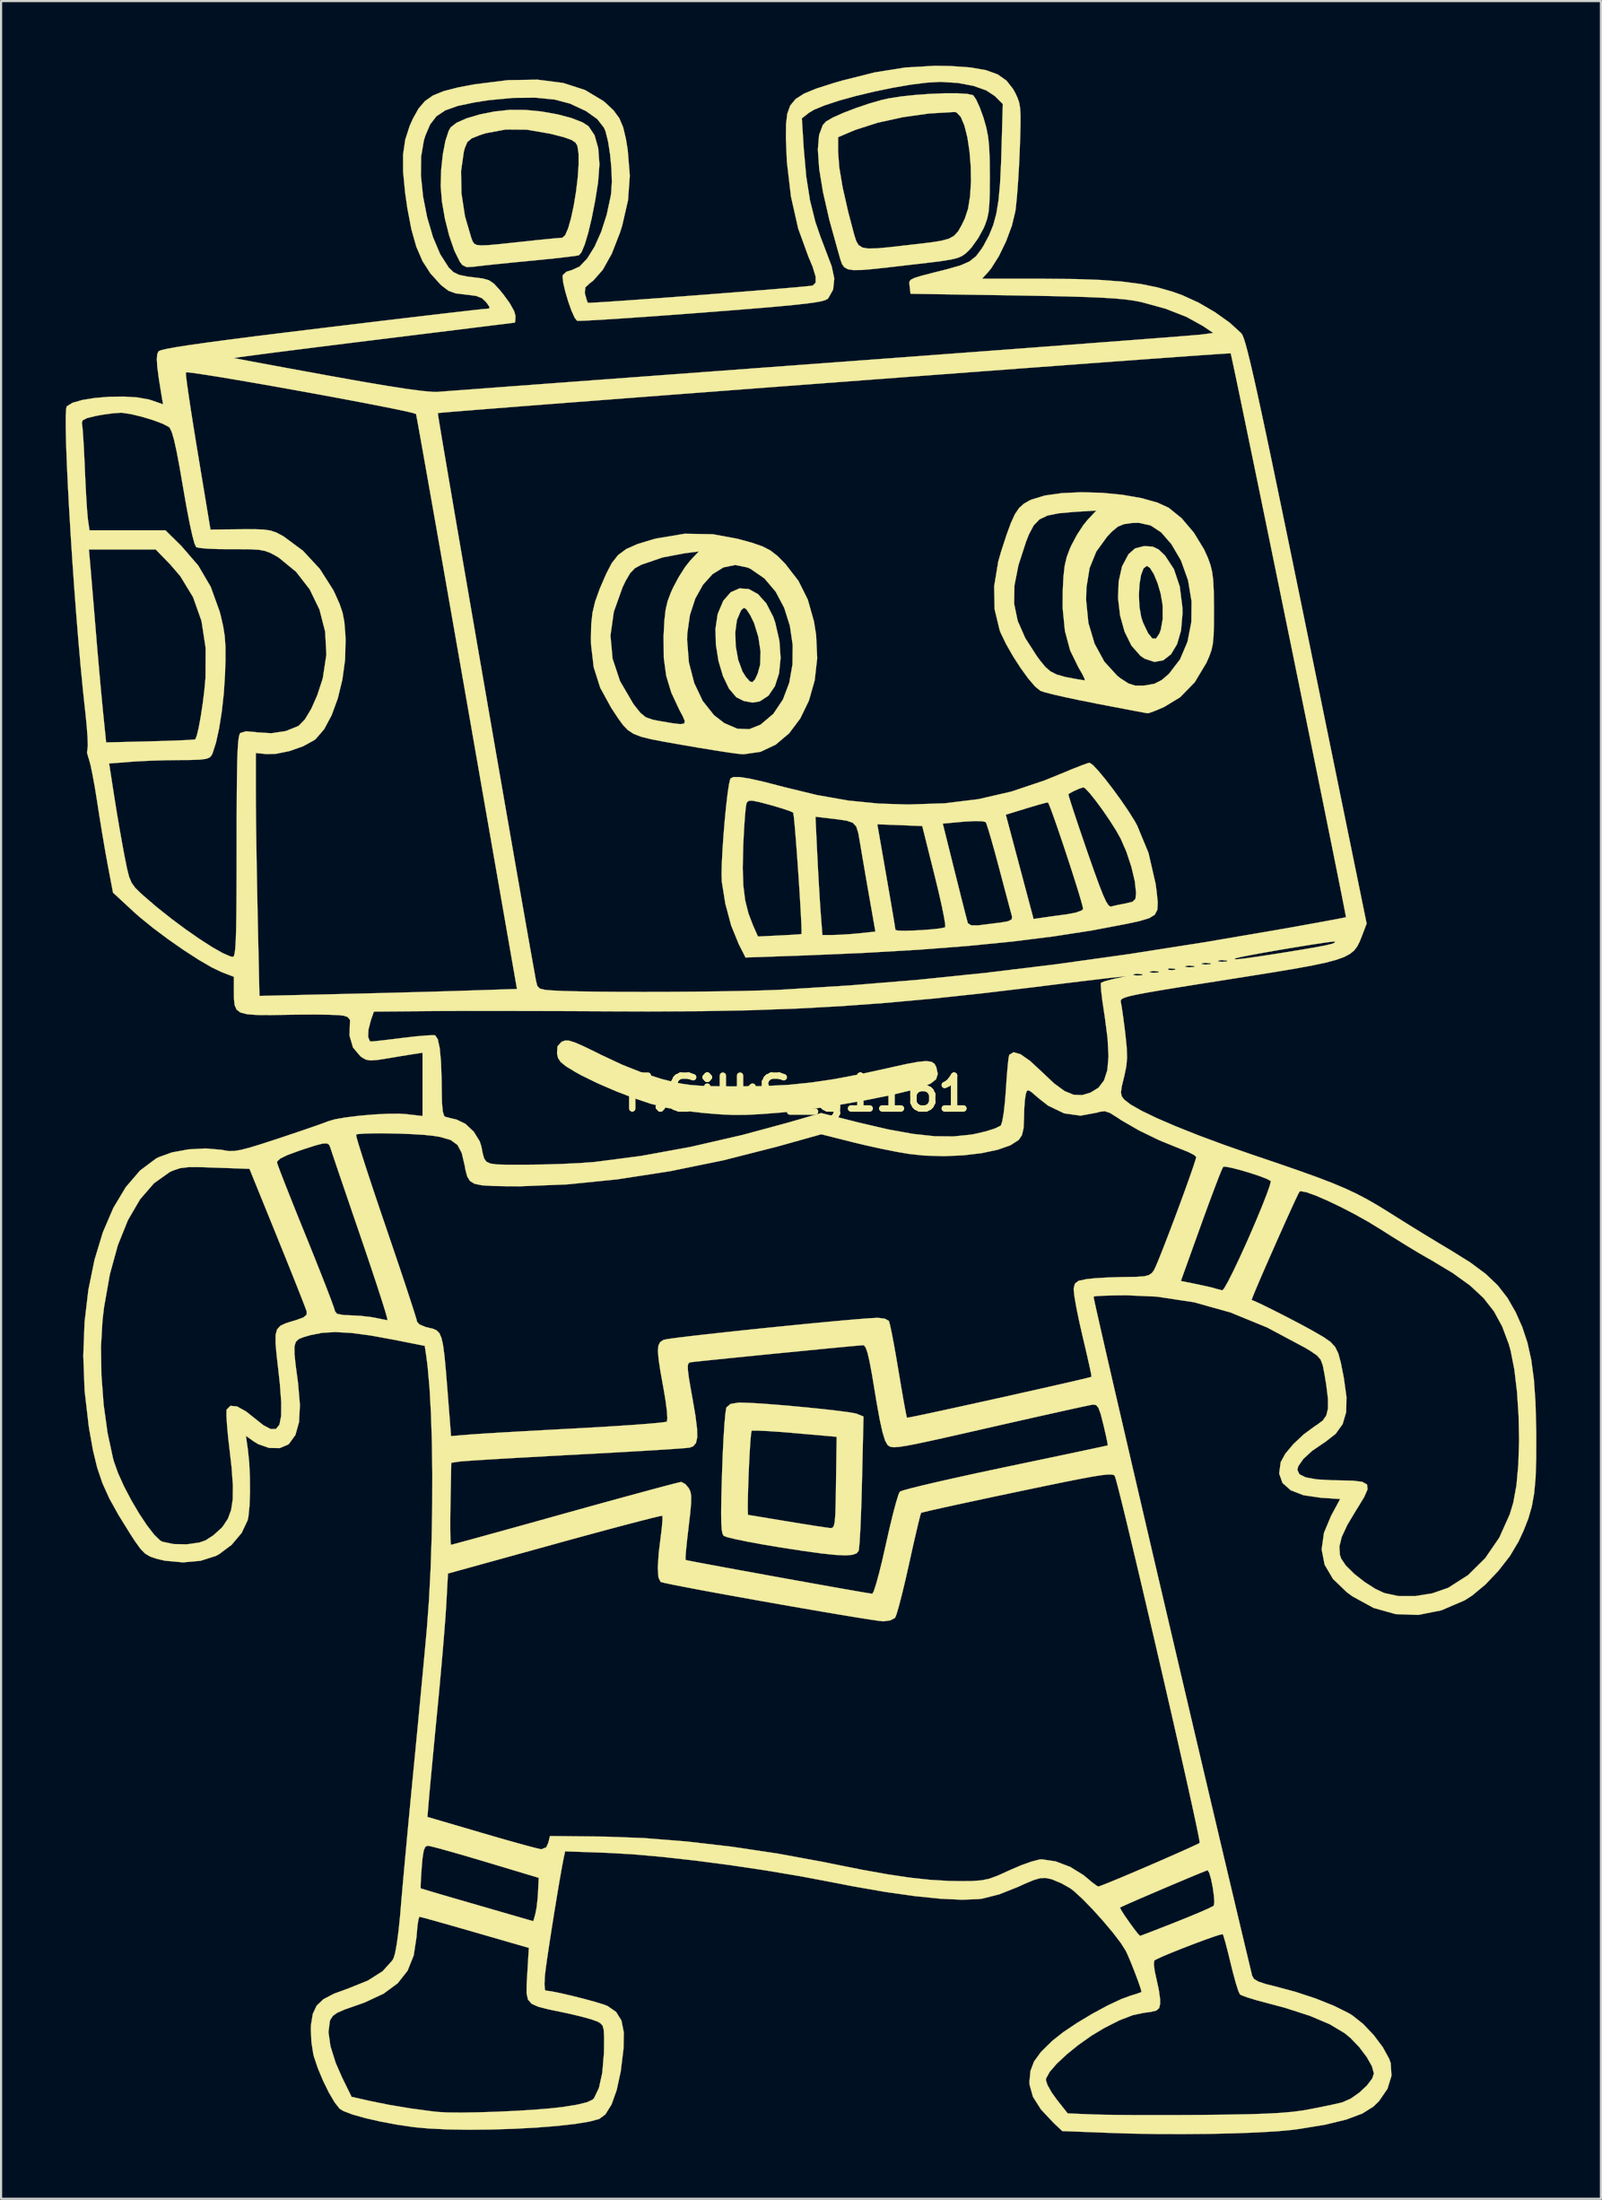
<source format=kicad_pcb>
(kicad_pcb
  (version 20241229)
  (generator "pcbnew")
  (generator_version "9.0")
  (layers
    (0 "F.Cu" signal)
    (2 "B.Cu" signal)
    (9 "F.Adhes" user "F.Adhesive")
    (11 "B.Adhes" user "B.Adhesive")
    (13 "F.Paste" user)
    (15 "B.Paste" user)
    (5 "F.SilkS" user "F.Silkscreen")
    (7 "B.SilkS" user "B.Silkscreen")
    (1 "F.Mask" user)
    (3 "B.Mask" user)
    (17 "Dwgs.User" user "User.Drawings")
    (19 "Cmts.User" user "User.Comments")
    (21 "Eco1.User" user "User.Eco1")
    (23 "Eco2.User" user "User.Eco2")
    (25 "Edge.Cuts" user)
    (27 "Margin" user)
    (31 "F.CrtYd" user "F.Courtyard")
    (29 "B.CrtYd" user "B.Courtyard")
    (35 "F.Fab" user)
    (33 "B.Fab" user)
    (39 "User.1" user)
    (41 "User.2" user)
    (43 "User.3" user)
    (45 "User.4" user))
  (footprint "F.SilkS_g1161"
    (layer "F.Cu")
    (at 33.979 47.741)
    (property "Reference" "F.SilkS_g1161" (at 0 0 0) (layer "F.SilkS") (effects (font (size 1.524 1.524) (thickness 0.3))))
    (attr through_hole)
    (fp_poly (pts (xy -2.244 -23.434) (xy -1.817 -23.199) (xy -1.427 -22.764) (xy -1.104 -22.134) (xy -1.017 -21.882) (xy -0.822 -21.032) (xy -0.766 -20.234) (xy -0.838 -19.52) (xy -1.03 -18.924) (xy -1.333 -18.479) (xy -1.736 -18.217) (xy -2.073 -18.161) (xy -2.477 -18.236) (xy -2.823 -18.41) (xy -3.163 -18.811) (xy -3.444 -19.396) (xy -3.652 -20.1) (xy -3.772 -20.856) (xy -3.786 -21.426) (xy -2.872 -21.426) (xy -2.851 -20.782) (xy -2.737 -20.147) (xy -2.536 -19.601) (xy -2.384 -19.359) (xy -2.194 -19.142) (xy -2.074 -19.11) (xy -1.956 -19.236) (xy -1.83 -19.504) (xy -1.726 -19.879) (xy -1.713 -19.945) (xy -1.696 -20.533) (xy -1.799 -21.211) (xy -1.998 -21.859) (xy -2.176 -22.223) (xy -2.352 -22.491) (xy -2.465 -22.566) (xy -2.575 -22.475) (xy -2.612 -22.425) (xy -2.795 -22) (xy -2.872 -21.426) (xy -3.786 -21.426) (xy -3.79 -21.599) (xy -3.69 -22.263) (xy -3.685 -22.282) (xy -3.427 -22.893) (xy -3.081 -23.286) (xy -2.676 -23.465) (xy -2.244 -23.434)) (stroke (width 0.01) (type solid)) (fill yes) (layer "F.SilkS"))
    (fp_poly (pts (xy 16.526 -25.403) (xy 16.796 -25.272) (xy 17.093 -24.988) (xy 17.506 -24.359) (xy 17.778 -23.547) (xy 17.899 -22.584) (xy 17.904 -22.297) (xy 17.837 -21.513) (xy 17.653 -20.877) (xy 17.373 -20.408) (xy 17.014 -20.126) (xy 16.599 -20.05) (xy 16.144 -20.201) (xy 15.952 -20.332) (xy 15.534 -20.806) (xy 15.216 -21.451) (xy 15.006 -22.206) (xy 14.912 -23.006) (xy 14.916 -23.135) (xy 15.879 -23.135) (xy 15.905 -22.609) (xy 15.987 -22.13) (xy 16.068 -21.881) (xy 16.304 -21.388) (xy 16.502 -21.139) (xy 16.672 -21.131) (xy 16.827 -21.359) (xy 16.897 -21.545) (xy 16.984 -22.034) (xy 16.982 -22.642) (xy 16.972 -22.754) (xy 16.887 -23.237) (xy 16.744 -23.718) (xy 16.571 -24.132) (xy 16.393 -24.417) (xy 16.25 -24.511) (xy 16.094 -24.395) (xy 15.978 -24.087) (xy 15.905 -23.647) (xy 15.879 -23.135) (xy 14.916 -23.135) (xy 14.94 -23.788) (xy 15.098 -24.489) (xy 15.394 -25.046) (xy 15.401 -25.056) (xy 15.699 -25.32) (xy 16.084 -25.42) (xy 16.18 -25.425) (xy 16.526 -25.403)) (stroke (width 0.01) (type solid)) (fill yes) (layer "F.SilkS"))
    (fp_poly (pts (xy -10.591 -2.459) (xy -10.331 -2.379) (xy -9.948 -2.214) (xy -9.402 -1.949) (xy -9.088 -1.792) (xy -8.123 -1.342) (xy -7.163 -0.959) (xy -6.306 -0.683) (xy -6.281 -0.676) (xy -5.802 -0.553) (xy -5.383 -0.464) (xy -4.967 -0.403) (xy -4.497 -0.365) (xy -3.918 -0.344) (xy -3.172 -0.336) (xy -2.667 -0.335) (xy -1.495 -0.351) (xy -0.416 -0.407) (xy 0.637 -0.513) (xy 1.731 -0.675) (xy 2.93 -0.902) (xy 4.303 -1.203) (xy 4.333 -1.21) (xy 5.085 -1.377) (xy 5.628 -1.477) (xy 6.001 -1.511) (xy 6.241 -1.48) (xy 6.384 -1.385) (xy 6.465 -1.238) (xy 6.536 -0.915) (xy 6.458 -0.666) (xy 6.2 -0.464) (xy 5.736 -0.28) (xy 5.345 -0.168) (xy 4.397 0.059) (xy 3.281 0.286) (xy 2.081 0.5) (xy 0.884 0.684) (xy -0.227 0.826) (xy -0.826 0.885) (xy -1.674 0.95) (xy -2.356 0.985) (xy -2.958 0.989) (xy -3.566 0.962) (xy -4.267 0.905) (xy -4.445 0.888) (xy -5.053 0.817) (xy -5.69 0.723) (xy -6.16 0.639) (xy -6.798 0.471) (xy -7.58 0.208) (xy -8.425 -0.117) (xy -9.255 -0.475) (xy -9.993 -0.835) (xy -10.287 -0.996) (xy -10.723 -1.26) (xy -10.979 -1.464) (xy -11.106 -1.657) (xy -11.152 -1.87) (xy -11.13 -2.198) (xy -10.954 -2.394) (xy -10.911 -2.419) (xy -10.771 -2.467) (xy -10.591 -2.459)) (stroke (width 0.01) (type solid)) (fill yes) (layer "F.SilkS"))
    (fp_poly (pts (xy -2.224 14.362) (xy -1.658 14.395) (xy -0.98 14.446) (xy -0.239 14.51) (xy 0.515 14.581) (xy 1.235 14.655) (xy 1.872 14.728) (xy 2.377 14.794) (xy 2.701 14.85) (xy 2.781 14.872) (xy 3.085 14.997) (xy 3.015 18.008) (xy 2.992 18.868) (xy 2.964 19.651) (xy 2.934 20.319) (xy 2.903 20.833) (xy 2.873 21.155) (xy 2.856 21.241) (xy 2.762 21.351) (xy 2.567 21.42) (xy 2.249 21.444) (xy 1.782 21.423) (xy 1.142 21.356) (xy 0.305 21.241) (xy -0.754 21.078) (xy -0.889 21.056) (xy -1.64 20.93) (xy -2.31 20.806) (xy -2.857 20.694) (xy -3.236 20.602) (xy -3.406 20.54) (xy -3.462 20.446) (xy -3.5 20.253) (xy -3.521 19.93) (xy -3.527 19.45) (xy -3.525 19.308) (xy -2.292 19.308) (xy -2.283 19.534) (xy -2.274 19.566) (xy -2.137 19.588) (xy -1.795 19.644) (xy -1.296 19.727) (xy -0.685 19.828) (xy -0.445 19.868) (xy 0.214 19.975) (xy 0.795 20.068) (xy 1.247 20.136) (xy 1.517 20.174) (xy 1.556 20.178) (xy 1.646 20.162) (xy 1.709 20.074) (xy 1.751 19.875) (xy 1.778 19.527) (xy 1.794 18.991) (xy 1.803 18.479) (xy 1.812 17.805) (xy 1.822 17.19) (xy 1.829 16.693) (xy 1.834 16.379) (xy 1.834 16.351) (xy 1.841 15.938) (xy -0.103 15.767) (xy -0.779 15.711) (xy -1.361 15.672) (xy -1.804 15.651) (xy -2.064 15.65) (xy -2.113 15.659) (xy -2.139 15.8) (xy -2.169 16.136) (xy -2.2 16.615) (xy -2.23 17.185) (xy -2.256 17.792) (xy -2.276 18.384) (xy -2.289 18.906) (xy -2.292 19.308) (xy -3.525 19.308) (xy -3.518 18.782) (xy -3.494 17.898) (xy -3.485 17.598) (xy -3.454 16.769) (xy -3.417 16.016) (xy -3.376 15.381) (xy -3.335 14.903) (xy -3.296 14.622) (xy -3.281 14.573) (xy -3.094 14.412) (xy -2.724 14.351) (xy -2.631 14.35) (xy -2.224 14.362)) (stroke (width 0.01) (type solid)) (fill yes) (layer "F.SilkS"))
    (fp_poly (pts (xy -12.625 -45.686) (xy -11.875 -45.613) (xy -11.138 -45.482) (xy -10.48 -45.308) (xy -9.961 -45.105) (xy -9.689 -44.928) (xy -9.41 -44.515) (xy -9.239 -43.912) (xy -9.182 -43.163) (xy -9.245 -42.324) (xy -9.384 -41.457) (xy -9.54 -40.662) (xy -9.704 -39.975) (xy -9.866 -39.434) (xy -10.016 -39.075) (xy -10.138 -38.935) (xy -10.332 -38.902) (xy -10.731 -38.852) (xy -11.288 -38.789) (xy -11.956 -38.721) (xy -12.446 -38.673) (xy -13.187 -38.602) (xy -13.873 -38.533) (xy -14.449 -38.472) (xy -14.861 -38.425) (xy -15.009 -38.405) (xy -15.346 -38.385) (xy -15.548 -38.481) (xy -15.664 -38.63) (xy -15.922 -39.153) (xy -16.161 -39.849) (xy -16.36 -40.635) (xy -16.498 -41.43) (xy -16.555 -42.152) (xy -16.556 -42.164) (xy -16.535 -42.84) (xy -15.611 -42.84) (xy -15.592 -41.812) (xy -15.43 -40.751) (xy -15.134 -39.74) (xy -15.126 -39.719) (xy -15.07 -39.577) (xy -15.003 -39.477) (xy -14.888 -39.417) (xy -14.687 -39.394) (xy -14.362 -39.405) (xy -13.876 -39.448) (xy -13.191 -39.521) (xy -12.827 -39.56) (xy -12.18 -39.629) (xy -11.612 -39.687) (xy -11.178 -39.728) (xy -10.931 -39.748) (xy -10.907 -39.748) (xy -10.772 -39.869) (xy -10.633 -40.193) (xy -10.497 -40.672) (xy -10.373 -41.255) (xy -10.268 -41.894) (xy -10.19 -42.539) (xy -10.149 -43.14) (xy -10.15 -43.648) (xy -10.204 -44.012) (xy -10.209 -44.028) (xy -10.296 -44.172) (xy -10.482 -44.294) (xy -10.816 -44.413) (xy -11.343 -44.551) (xy -11.467 -44.581) (xy -12.558 -44.769) (xy -13.533 -44.777) (xy -14.459 -44.604) (xy -14.751 -44.512) (xy -15.116 -44.364) (xy -15.318 -44.194) (xy -15.437 -43.913) (xy -15.481 -43.751) (xy -15.611 -42.84) (xy -16.535 -42.84) (xy -16.533 -42.908) (xy -16.457 -43.622) (xy -16.338 -44.243) (xy -16.186 -44.709) (xy -16.092 -44.877) (xy -15.817 -45.091) (xy -15.348 -45.297) (xy -14.742 -45.476) (xy -14.058 -45.613) (xy -13.355 -45.689) (xy -13.328 -45.69) (xy -12.625 -45.686)) (stroke (width 0.01) (type solid)) (fill yes) (layer "F.SilkS"))
    (fp_poly (pts (xy 7.898 -46.431) (xy 8.16 -46.375) (xy 8.189 -46.357) (xy 8.322 -46.161) (xy 8.488 -45.795) (xy 8.655 -45.336) (xy 8.669 -45.291) (xy 8.79 -44.862) (xy 8.873 -44.445) (xy 8.922 -43.971) (xy 8.947 -43.375) (xy 8.954 -42.608) (xy 8.949 -41.876) (xy 8.932 -41.34) (xy 8.896 -40.947) (xy 8.832 -40.638) (xy 8.736 -40.358) (xy 8.659 -40.18) (xy 8.41 -39.726) (xy 8.109 -39.304) (xy 7.961 -39.141) (xy 7.809 -39.003) (xy 7.654 -38.897) (xy 7.457 -38.813) (xy 7.176 -38.743) (xy 6.772 -38.675) (xy 6.204 -38.602) (xy 5.433 -38.512) (xy 5.236 -38.49) (xy 4.283 -38.38) (xy 3.551 -38.299) (xy 3.008 -38.252) (xy 2.622 -38.246) (xy 2.361 -38.286) (xy 2.194 -38.378) (xy 2.088 -38.528) (xy 2.011 -38.742) (xy 1.931 -39.027) (xy 1.906 -39.112) (xy 1.498 -40.584) (xy 1.205 -41.867) (xy 1.027 -42.955) (xy 0.966 -43.842) (xy 1.013 -44.419) (xy 1.905 -44.419) (xy 1.905 -43.744) (xy 1.958 -43.024) (xy 2.115 -42.09) (xy 2.372 -40.959) (xy 2.564 -40.227) (xy 2.661 -39.863) (xy 2.748 -39.593) (xy 2.86 -39.407) (xy 3.034 -39.295) (xy 3.304 -39.248) (xy 3.706 -39.256) (xy 4.275 -39.308) (xy 5.048 -39.397) (xy 5.435 -39.441) (xy 6.162 -39.526) (xy 6.683 -39.606) (xy 7.045 -39.703) (xy 7.296 -39.841) (xy 7.481 -40.045) (xy 7.647 -40.338) (xy 7.793 -40.64) (xy 7.945 -41.103) (xy 8.039 -41.693) (xy 8.078 -42.363) (xy 8.067 -43.069) (xy 8.01 -43.766) (xy 7.912 -44.409) (xy 7.776 -44.954) (xy 7.608 -45.355) (xy 7.411 -45.568) (xy 7.318 -45.59) (xy 6.125 -45.52) (xy 4.906 -45.348) (xy 3.745 -45.092) (xy 2.727 -44.766) (xy 2.508 -44.677) (xy 1.905 -44.419) (xy 1.013 -44.419) (xy 1.022 -44.52) (xy 1.195 -44.984) (xy 1.346 -45.149) (xy 1.66 -45.331) (xy 2.148 -45.549) (xy 2.739 -45.775) (xy 3.359 -45.985) (xy 3.937 -46.15) (xy 4.255 -46.221) (xy 4.844 -46.312) (xy 5.511 -46.383) (xy 6.203 -46.432) (xy 6.867 -46.458) (xy 7.449 -46.458) (xy 7.898 -46.431)) (stroke (width 0.01) (type solid)) (fill yes) (layer "F.SilkS"))
    (fp_poly (pts (xy -3.915 -25.98) (xy -2.759 -25.766) (xy -2.091 -25.583) (xy -1.606 -25.414) (xy -1.236 -25.223) (xy -0.916 -24.975) (xy -0.578 -24.635) (xy -0.544 -24.599) (xy 0.064 -23.813) (xy 0.498 -22.943) (xy 0.783 -21.933) (xy 0.884 -21.304) (xy 0.934 -20.219) (xy 0.817 -19.192) (xy 0.549 -18.251) (xy 0.147 -17.422) (xy -0.373 -16.731) (xy -0.994 -16.207) (xy -1.699 -15.875) (xy -2.472 -15.763) (xy -2.555 -15.765) (xy -2.816 -15.792) (xy -3.278 -15.857) (xy -3.892 -15.953) (xy -4.61 -16.071) (xy -5.315 -16.192) (xy -6.153 -16.339) (xy -6.783 -16.46) (xy -7.249 -16.576) (xy -7.593 -16.709) (xy -7.858 -16.882) (xy -8.085 -17.117) (xy -8.317 -17.436) (xy -8.596 -17.861) (xy -8.639 -17.926) (xy -9.144 -18.848) (xy -9.447 -19.799) (xy -9.571 -20.856) (xy -9.577 -21.145) (xy -9.574 -21.274) (xy -8.67 -21.274) (xy -8.573 -20.203) (xy -8.224 -19.155) (xy -7.622 -18.125) (xy -7.558 -18.036) (xy -7.278 -17.683) (xy -7.031 -17.482) (xy -6.712 -17.367) (xy -6.381 -17.303) (xy -5.793 -17.203) (xy -5.425 -17.159) (xy -5.243 -17.188) (xy -5.218 -17.308) (xy -5.315 -17.537) (xy -5.463 -17.812) (xy -5.841 -18.619) (xy -6.079 -19.402) (xy -6.193 -20.247) (xy -6.2 -21.077) (xy -5.11 -21.077) (xy -5.027 -20.027) (xy -4.779 -19.069) (xy -4.386 -18.24) (xy -3.862 -17.579) (xy -3.385 -17.21) (xy -2.781 -16.948) (xy -2.224 -16.926) (xy -1.697 -17.135) (xy -1.102 -17.639) (xy -0.658 -18.302) (xy -0.362 -19.083) (xy -0.212 -19.941) (xy -0.203 -20.834) (xy -0.333 -21.721) (xy -0.597 -22.56) (xy -0.993 -23.309) (xy -1.517 -23.928) (xy -2.166 -24.374) (xy -2.301 -24.435) (xy -2.871 -24.552) (xy -3.42 -24.44) (xy -3.927 -24.127) (xy -4.37 -23.636) (xy -4.728 -22.995) (xy -4.979 -22.229) (xy -5.102 -21.363) (xy -5.11 -21.077) (xy -6.2 -21.077) (xy -6.202 -21.239) (xy -6.198 -21.334) (xy -6.162 -21.99) (xy -6.107 -22.474) (xy -6.015 -22.868) (xy -5.87 -23.255) (xy -5.758 -23.503) (xy -5.497 -23.993) (xy -5.203 -24.455) (xy -4.97 -24.75) (xy -4.566 -25.18) (xy -5.236 -25.094) (xy -6.254 -24.901) (xy -7.22 -24.569) (xy -7.258 -24.553) (xy -7.533 -24.402) (xy -7.751 -24.177) (xy -7.965 -23.814) (xy -8.109 -23.513) (xy -8.515 -22.375) (xy -8.67 -21.274) (xy -9.574 -21.274) (xy -9.563 -21.794) (xy -9.504 -22.338) (xy -9.379 -22.859) (xy -9.171 -23.44) (xy -8.866 -24.144) (xy -8.609 -24.64) (xy -8.315 -25.011) (xy -7.935 -25.293) (xy -7.416 -25.523) (xy -6.707 -25.738) (xy -6.53 -25.784) (xy -5.22 -26.003) (xy -3.915 -25.98)) (stroke (width 0.01) (type solid)) (fill yes) (layer "F.SilkS"))
    (fp_poly (pts (xy 14.168 -27.903) (xy 15.119 -27.81) (xy 16 -27.657) (xy 16.749 -27.446) (xy 17.264 -27.208) (xy 17.865 -26.722) (xy 18.43 -26.056) (xy 18.903 -25.282) (xy 19.081 -24.892) (xy 19.2 -24.564) (xy 19.281 -24.235) (xy 19.331 -23.845) (xy 19.356 -23.333) (xy 19.365 -22.639) (xy 19.366 -22.479) (xy 19.363 -21.774) (xy 19.348 -21.263) (xy 19.312 -20.887) (xy 19.247 -20.584) (xy 19.143 -20.296) (xy 19.012 -20.003) (xy 18.471 -19.101) (xy 17.789 -18.405) (xy 17.046 -17.955) (xy 16.668 -17.793) (xy 16.387 -17.688) (xy 16.284 -17.664) (xy 16.136 -17.691) (xy 15.779 -17.757) (xy 15.255 -17.857) (xy 14.605 -17.98) (xy 13.906 -18.114) (xy 13.154 -18.264) (xy 12.47 -18.409) (xy 11.9 -18.539) (xy 11.493 -18.644) (xy 11.303 -18.708) (xy 11.058 -18.908) (xy 10.738 -19.281) (xy 10.382 -19.772) (xy 10.025 -20.326) (xy 9.705 -20.887) (xy 9.459 -21.399) (xy 9.411 -21.522) (xy 9.178 -22.489) (xy 9.173 -22.751) (xy 10.083 -22.751) (xy 10.249 -21.954) (xy 10.599 -21.158) (xy 11.139 -20.317) (xy 11.287 -20.117) (xy 11.529 -19.821) (xy 11.769 -19.612) (xy 12.064 -19.462) (xy 12.473 -19.347) (xy 13.052 -19.24) (xy 13.362 -19.191) (xy 13.351 -19.28) (xy 13.23 -19.523) (xy 13.079 -19.78) (xy 12.687 -20.58) (xy 12.443 -21.488) (xy 12.338 -22.546) (xy 12.34 -22.924) (xy 13.426 -22.924) (xy 13.533 -21.859) (xy 13.821 -20.893) (xy 14.273 -20.063) (xy 14.873 -19.407) (xy 15.026 -19.287) (xy 15.392 -19.05) (xy 15.703 -18.95) (xy 16.089 -18.95) (xy 16.169 -18.957) (xy 16.599 -19.034) (xy 16.943 -19.21) (xy 17.281 -19.503) (xy 17.793 -20.173) (xy 18.138 -20.988) (xy 18.316 -21.901) (xy 18.326 -22.865) (xy 18.166 -23.833) (xy 17.836 -24.758) (xy 17.391 -25.518) (xy 16.914 -26.067) (xy 16.424 -26.389) (xy 15.873 -26.51) (xy 15.561 -26.502) (xy 15.181 -26.448) (xy 14.899 -26.331) (xy 14.62 -26.098) (xy 14.396 -25.859) (xy 13.902 -25.179) (xy 13.589 -24.411) (xy 13.442 -23.507) (xy 13.426 -22.924) (xy 12.34 -22.924) (xy 12.342 -23.359) (xy 12.376 -24.024) (xy 12.432 -24.516) (xy 12.525 -24.915) (xy 12.671 -25.303) (xy 12.743 -25.463) (xy 12.999 -25.945) (xy 13.295 -26.4) (xy 13.501 -26.654) (xy 13.906 -27.083) (xy 12.888 -27.018) (xy 12.16 -26.953) (xy 11.635 -26.848) (xy 11.262 -26.67) (xy 10.991 -26.39) (xy 10.771 -25.975) (xy 10.639 -25.64) (xy 10.284 -24.546) (xy 10.097 -23.599) (xy 10.083 -22.751) (xy 9.173 -22.751) (xy 9.156 -23.562) (xy 9.344 -24.704) (xy 9.47 -25.148) (xy 9.723 -25.927) (xy 9.932 -26.501) (xy 10.12 -26.91) (xy 10.311 -27.193) (xy 10.527 -27.391) (xy 10.792 -27.544) (xy 10.888 -27.588) (xy 11.506 -27.777) (xy 12.3 -27.889) (xy 13.207 -27.93) (xy 14.168 -27.903)) (stroke (width 0.01) (type solid)) (fill yes) (layer "F.SilkS"))
    (fp_poly (pts (xy 13.735 -15.268) (xy 13.988 -15) (xy 14.314 -14.608) (xy 14.68 -14.134) (xy 15.051 -13.623) (xy 15.396 -13.119) (xy 15.68 -12.665) (xy 15.798 -12.453) (xy 16.324 -11.182) (xy 16.654 -9.75) (xy 16.704 -9.38) (xy 16.754 -8.885) (xy 16.737 -8.542) (xy 16.618 -8.31) (xy 16.358 -8.149) (xy 15.921 -8.018) (xy 15.332 -7.889) (xy 13.687 -7.577) (xy 11.918 -7.303) (xy 10.003 -7.064) (xy 7.921 -6.858) (xy 5.652 -6.684) (xy 3.176 -6.54) (xy 0.471 -6.423) (xy -0.023 -6.405) (xy -2.395 -6.323) (xy -2.712 -6.949) (xy -3.062 -7.809) (xy -3.334 -8.827) (xy -3.496 -9.842) (xy -3.508 -10.182) (xy -3.501 -10.477) (xy -2.526 -10.477) (xy -2.497 -9.655) (xy -2.411 -8.97) (xy -2.259 -8.367) (xy -2.049 -7.819) (xy -1.817 -7.296) (xy -0.813 -7.345) (xy -0.343 -7.37) (xy 0.013 -7.392) (xy 0.193 -7.409) (xy 0.203 -7.412) (xy 0.209 -7.553) (xy 0.198 -7.902) (xy 0.172 -8.415) (xy 0.136 -9.046) (xy 0.091 -9.751) (xy 0.041 -10.486) (xy -0.01 -11.205) (xy -0.061 -11.864) (xy -0.107 -12.418) (xy -0.146 -12.822) (xy -0.151 -12.861) (xy 0.853 -12.861) (xy 0.937 -11.098) (xy 0.976 -10.346) (xy 1.019 -9.583) (xy 1.061 -8.896) (xy 1.097 -8.372) (xy 1.099 -8.35) (xy 1.176 -7.366) (xy 1.649 -7.366) (xy 2.047 -7.38) (xy 2.557 -7.415) (xy 2.881 -7.445) (xy 3.639 -7.525) (xy 3.357 -9.128) (xy 3.232 -9.844) (xy 3.107 -10.569) (xy 2.997 -11.214) (xy 2.924 -11.647) (xy 2.843 -12.111) (xy 2.748 -12.407) (xy 2.653 -12.509) (xy 3.727 -12.509) (xy 4.147 -10.097) (xy 4.278 -9.344) (xy 4.392 -8.678) (xy 4.483 -8.14) (xy 4.544 -7.769) (xy 4.569 -7.605) (xy 4.57 -7.602) (xy 4.686 -7.572) (xy 4.986 -7.564) (xy 5.403 -7.574) (xy 5.868 -7.599) (xy 6.313 -7.634) (xy 6.668 -7.676) (xy 6.867 -7.721) (xy 6.883 -7.731) (xy 6.881 -7.873) (xy 6.823 -8.222) (xy 6.718 -8.737) (xy 6.573 -9.378) (xy 6.396 -10.107) (xy 6.393 -10.119) (xy 5.815 -12.428) (xy 3.727 -12.509) (xy 2.653 -12.509) (xy 2.623 -12.541) (xy 6.768 -12.541) (xy 7.325 -10.303) (xy 7.507 -9.578) (xy 7.669 -8.933) (xy 7.802 -8.412) (xy 7.895 -8.057) (xy 7.935 -7.913) (xy 8.093 -7.816) (xy 8.407 -7.814) (xy 8.8 -7.863) (xy 9.278 -7.923) (xy 9.436 -7.942) (xy 9.805 -8.006) (xy 9.972 -8.093) (xy 9.985 -8.229) (xy 9.984 -8.232) (xy 9.932 -8.422) (xy 9.828 -8.812) (xy 9.683 -9.355) (xy 9.511 -10.005) (xy 9.386 -10.477) (xy 9.202 -11.163) (xy 9.034 -11.762) (xy 8.895 -12.232) (xy 8.798 -12.53) (xy 8.761 -12.612) (xy 8.601 -12.65) (xy 8.257 -12.658) (xy 7.799 -12.634) (xy 7.72 -12.628) (xy 6.768 -12.541) (xy 2.623 -12.541) (xy 2.587 -12.58) (xy 2.304 -12.677) (xy 1.846 -12.744) (xy 1.601 -12.773) (xy 0.853 -12.861) (xy -0.151 -12.861) (xy -0.164 -12.954) (xy 9.696 -12.954) (xy 10.986 -8.11) (xy 11.43 -8.176) (xy 11.825 -8.233) (xy 12.32 -8.3) (xy 12.552 -8.33) (xy 12.941 -8.405) (xy 13.212 -8.503) (xy 13.287 -8.568) (xy 13.261 -8.714) (xy 13.166 -9.056) (xy 13.017 -9.548) (xy 12.828 -10.145) (xy 12.615 -10.803) (xy 12.392 -11.478) (xy 12.174 -12.123) (xy 11.976 -12.695) (xy 11.813 -13.149) (xy 11.698 -13.44) (xy 11.653 -13.525) (xy 11.525 -13.5) (xy 11.216 -13.416) (xy 10.784 -13.289) (xy 10.658 -13.25) (xy 9.696 -12.954) (xy -0.164 -12.954) (xy -0.175 -13.032) (xy -0.181 -13.051) (xy -0.339 -13.124) (xy -0.677 -13.239) (xy -1.132 -13.375) (xy -1.271 -13.413) (xy -1.768 -13.544) (xy -2.074 -13.605) (xy -2.242 -13.6) (xy -2.325 -13.532) (xy -2.351 -13.479) (xy -2.385 -13.281) (xy -2.423 -12.882) (xy -2.461 -12.335) (xy -2.495 -11.692) (xy -2.503 -11.493) (xy -2.526 -10.477) (xy -3.501 -10.477) (xy -3.496 -10.69) (xy -3.464 -11.315) (xy -3.417 -12.005) (xy -3.359 -12.709) (xy -3.293 -13.374) (xy -3.226 -13.948) (xy -3.16 -14.381) (xy -3.101 -14.619) (xy -3.093 -14.636) (xy -2.958 -14.704) (xy -2.666 -14.703) (xy -2.197 -14.629) (xy -1.529 -14.478) (xy -0.643 -14.248) (xy -0.635 -14.246) (xy 0.929 -13.866) (xy 2.376 -13.611) (xy 3.798 -13.47) (xy 5.144 -13.427) (xy 6.858 -13.483) (xy 8.434 -13.678) (xy 9.434 -13.908) (xy 12.602 -13.908) (xy 12.632 -13.785) (xy 12.734 -13.458) (xy 12.896 -12.96) (xy 13.108 -12.327) (xy 13.359 -11.593) (xy 13.475 -11.254) (xy 13.784 -10.371) (xy 14.027 -9.704) (xy 14.214 -9.227) (xy 14.358 -8.916) (xy 14.469 -8.744) (xy 14.558 -8.686) (xy 14.589 -8.689) (xy 14.849 -8.751) (xy 15.215 -8.824) (xy 15.272 -8.834) (xy 15.585 -8.912) (xy 15.719 -9.045) (xy 15.748 -9.309) (xy 15.748 -9.322) (xy 15.689 -9.867) (xy 15.53 -10.536) (xy 15.299 -11.234) (xy 15.033 -11.844) (xy 14.814 -12.233) (xy 14.525 -12.687) (xy 14.203 -13.158) (xy 13.882 -13.595) (xy 13.599 -13.949) (xy 13.389 -14.172) (xy 13.304 -14.224) (xy 13.129 -14.172) (xy 12.863 -14.056) (xy 12.639 -13.934) (xy 12.602 -13.908) (xy 9.434 -13.908) (xy 9.955 -14.028) (xy 11.505 -14.549) (xy 12.286 -14.867) (xy 12.794 -15.078) (xy 13.219 -15.246) (xy 13.504 -15.347) (xy 13.588 -15.367) (xy 13.735 -15.268)) (stroke (width 0.01) (type solid)) (fill yes) (layer "F.SilkS"))
    (fp_poly (pts (xy 7.125 -47.724) (xy 8.057 -47.657) (xy 8.777 -47.532) (xy 9.321 -47.334) (xy 9.728 -47.047) (xy 10.035 -46.656) (xy 10.131 -46.482) (xy 10.239 -46.254) (xy 10.314 -46.038) (xy 10.359 -45.785) (xy 10.38 -45.448) (xy 10.379 -44.979) (xy 10.361 -44.33) (xy 10.345 -43.879) (xy 10.311 -43.103) (xy 10.265 -42.339) (xy 10.213 -41.659) (xy 10.16 -41.132) (xy 10.138 -40.973) (xy 9.978 -40.309) (xy 9.709 -39.585) (xy 9.372 -38.89) (xy 9.009 -38.317) (xy 8.855 -38.132) (xy 8.592 -37.846) (xy 11.503 -37.845) (xy 12.903 -37.832) (xy 14.089 -37.79) (xy 15.097 -37.714) (xy 15.968 -37.601) (xy 16.738 -37.445) (xy 17.447 -37.242) (xy 17.898 -37.08) (xy 18.653 -36.735) (xy 19.409 -36.295) (xy 20.088 -35.812) (xy 20.609 -35.338) (xy 20.65 -35.292) (xy 20.701 -35.205) (xy 20.765 -35.037) (xy 20.844 -34.777) (xy 20.941 -34.412) (xy 21.06 -33.929) (xy 21.203 -33.315) (xy 21.372 -32.557) (xy 21.571 -31.644) (xy 21.802 -30.562) (xy 22.068 -29.299) (xy 22.371 -27.841) (xy 22.716 -26.176) (xy 23.104 -24.292) (xy 23.538 -22.176) (xy 23.688 -21.443) (xy 26.459 -7.897) (xy 26.234 -7.307) (xy 26.131 -7.05) (xy 26.019 -6.832) (xy 25.877 -6.647) (xy 25.68 -6.486) (xy 25.407 -6.343) (xy 25.033 -6.21) (xy 24.537 -6.079) (xy 23.895 -5.944) (xy 23.085 -5.796) (xy 22.083 -5.629) (xy 20.867 -5.435) (xy 20.021 -5.301) (xy 18.763 -5.103) (xy 17.734 -4.939) (xy 16.911 -4.804) (xy 16.272 -4.694) (xy 15.794 -4.604) (xy 15.454 -4.529) (xy 15.231 -4.464) (xy 15.101 -4.405) (xy 15.043 -4.346) (xy 15.033 -4.284) (xy 15.04 -4.25) (xy 15.082 -4.014) (xy 15.143 -3.597) (xy 15.212 -3.07) (xy 15.248 -2.776) (xy 15.312 -2.145) (xy 15.329 -1.675) (xy 15.295 -1.273) (xy 15.208 -0.849) (xy 15.186 -0.761) (xy 15.08 -0.321) (xy 15.045 -0.052) (xy 15.08 0.119) (xy 15.186 0.265) (xy 15.192 0.271) (xy 15.494 0.507) (xy 16.016 0.803) (xy 16.737 1.149) (xy 17.633 1.534) (xy 18.68 1.95) (xy 19.856 2.386) (xy 21.137 2.833) (xy 21.176 2.846) (xy 22.382 3.255) (xy 23.381 3.601) (xy 24.208 3.899) (xy 24.897 4.165) (xy 25.485 4.413) (xy 26.006 4.658) (xy 26.494 4.915) (xy 26.985 5.199) (xy 27.514 5.525) (xy 27.671 5.624) (xy 28.357 6.054) (xy 29.106 6.516) (xy 29.823 6.951) (xy 30.363 7.273) (xy 31.277 7.843) (xy 31.993 8.375) (xy 32.553 8.91) (xy 33.002 9.489) (xy 33.381 10.15) (xy 33.688 10.839) (xy 33.927 11.56) (xy 34.104 12.355) (xy 34.227 13.265) (xy 34.302 14.333) (xy 34.336 15.602) (xy 34.339 15.938) (xy 34.336 16.997) (xy 34.306 17.854) (xy 34.241 18.561) (xy 34.133 19.169) (xy 33.972 19.73) (xy 33.75 20.296) (xy 33.514 20.804) (xy 33.113 21.477) (xy 32.578 22.165) (xy 31.972 22.801) (xy 31.359 23.312) (xy 31.015 23.531) (xy 29.932 23.996) (xy 28.859 24.21) (xy 27.806 24.173) (xy 26.785 23.886) (xy 25.804 23.351) (xy 25.531 23.15) (xy 24.895 22.538) (xy 24.508 21.878) (xy 24.369 21.167) (xy 24.477 20.398) (xy 24.809 19.605) (xy 25.229 18.827) (xy 24.33 18.768) (xy 23.525 18.65) (xy 22.929 18.419) (xy 22.55 18.08) (xy 22.395 17.641) (xy 22.468 17.114) (xy 22.682 16.723) (xy 23.06 16.272) (xy 23.541 15.822) (xy 24.067 15.435) (xy 24.162 15.376) (xy 24.42 15.185) (xy 24.585 14.949) (xy 24.664 14.625) (xy 24.662 14.169) (xy 24.586 13.539) (xy 24.5 13.018) (xy 24.422 12.618) (xy 24.325 12.357) (xy 24.154 12.16) (xy 23.853 11.953) (xy 23.581 11.791) (xy 21.838 10.861) (xy 20.135 10.163) (xy 18.439 9.689) (xy 17.732 9.582) (xy 21.117 9.582) (xy 21.332 9.672) (xy 21.715 9.854) (xy 22.208 10.098) (xy 22.754 10.376) (xy 23.297 10.659) (xy 23.78 10.919) (xy 23.974 11.027) (xy 24.447 11.3) (xy 24.774 11.525) (xy 24.994 11.762) (xy 25.143 12.067) (xy 25.26 12.498) (xy 25.382 13.114) (xy 25.399 13.205) (xy 25.522 14.089) (xy 25.508 14.79) (xy 25.344 15.348) (xy 25.019 15.801) (xy 24.521 16.189) (xy 24.454 16.23) (xy 23.92 16.596) (xy 23.517 16.968) (xy 23.283 17.304) (xy 23.241 17.475) (xy 23.336 17.677) (xy 23.631 17.823) (xy 24.141 17.915) (xy 24.882 17.957) (xy 25.144 17.961) (xy 25.817 17.976) (xy 26.255 18.029) (xy 26.477 18.152) (xy 26.502 18.375) (xy 26.348 18.73) (xy 26.034 19.247) (xy 25.978 19.334) (xy 25.56 20.033) (xy 25.302 20.587) (xy 25.192 21.034) (xy 25.216 21.417) (xy 25.275 21.594) (xy 25.494 21.919) (xy 25.877 22.297) (xy 26.354 22.674) (xy 26.859 22.997) (xy 27.273 23.193) (xy 27.937 23.335) (xy 28.715 23.337) (xy 29.512 23.208) (xy 30.235 22.956) (xy 30.264 22.942) (xy 31.172 22.361) (xy 31.966 21.576) (xy 32.621 20.623) (xy 33.109 19.537) (xy 33.272 18.996) (xy 33.419 18.192) (xy 33.508 17.208) (xy 33.541 16.111) (xy 33.519 14.968) (xy 33.445 13.846) (xy 33.321 12.811) (xy 33.148 11.931) (xy 33.06 11.62) (xy 32.756 10.813) (xy 32.377 10.115) (xy 31.89 9.493) (xy 31.263 8.91) (xy 30.462 8.333) (xy 29.455 7.728) (xy 29.273 7.626) (xy 28.861 7.388) (xy 28.31 7.055) (xy 27.694 6.673) (xy 27.114 6.306) (xy 26.52 5.943) (xy 25.878 5.585) (xy 25.231 5.251) (xy 24.618 4.959) (xy 24.081 4.729) (xy 23.662 4.579) (xy 23.4 4.53) (xy 23.343 4.548) (xy 23.271 4.68) (xy 23.12 4.999) (xy 22.906 5.465) (xy 22.648 6.036) (xy 22.364 6.671) (xy 22.072 7.332) (xy 21.789 7.975) (xy 21.534 8.562) (xy 21.326 9.05) (xy 21.181 9.401) (xy 21.117 9.572) (xy 21.117 9.582) (xy 17.732 9.582) (xy 16.717 9.428) (xy 15.331 9.366) (xy 14.74 9.371) (xy 14.249 9.384) (xy 13.909 9.403) (xy 13.772 9.426) (xy 13.795 9.553) (xy 13.872 9.909) (xy 14 10.479) (xy 14.174 11.245) (xy 14.39 12.19) (xy 14.645 13.297) (xy 14.935 14.549) (xy 15.255 15.929) (xy 15.601 17.42) (xy 15.97 19.004) (xy 16.357 20.666) (xy 16.759 22.388) (xy 17.172 24.152) (xy 17.591 25.942) (xy 18.013 27.741) (xy 18.433 29.532) (xy 18.848 31.297) (xy 19.254 33.02) (xy 19.647 34.684) (xy 20.022 36.271) (xy 20.376 37.765) (xy 20.705 39.149) (xy 21.005 40.405) (xy 21.139 40.965) (xy 21.223 41.114) (xy 21.426 41.238) (xy 21.797 41.36) (xy 22.19 41.457) (xy 23.154 41.715) (xy 24.092 42.025) (xy 24.936 42.362) (xy 25.618 42.701) (xy 25.786 42.802) (xy 26.291 43.202) (xy 26.786 43.722) (xy 27.211 44.288) (xy 27.506 44.826) (xy 27.577 45.028) (xy 27.613 45.615) (xy 27.425 46.221) (xy 27.032 46.793) (xy 26.773 47.045) (xy 26.257 47.368) (xy 25.512 47.647) (xy 24.531 47.886) (xy 23.306 48.086) (xy 23.005 48.125) (xy 22.306 48.191) (xy 21.402 48.244) (xy 20.341 48.285) (xy 19.172 48.311) (xy 17.942 48.322) (xy 16.701 48.318) (xy 15.497 48.297) (xy 14.701 48.272) (xy 12.32 48.181) (xy 11.922 47.808) (xy 11.327 47.173) (xy 10.959 46.592) (xy 10.803 46.039) (xy 10.795 45.885) (xy 10.802 45.809) (xy 11.557 45.809) (xy 11.633 46.046) (xy 11.83 46.394) (xy 12.064 46.72) (xy 12.571 47.361) (xy 13.747 47.41) (xy 14.182 47.422) (xy 14.826 47.431) (xy 15.634 47.437) (xy 16.56 47.439) (xy 17.559 47.438) (xy 18.587 47.433) (xy 18.733 47.432) (xy 19.969 47.419) (xy 20.985 47.4) (xy 21.812 47.372) (xy 22.485 47.335) (xy 23.036 47.286) (xy 23.499 47.224) (xy 23.686 47.192) (xy 24.266 47.08) (xy 24.813 46.966) (xy 25.235 46.871) (xy 25.332 46.846) (xy 25.716 46.677) (xy 26.118 46.397) (xy 26.474 46.064) (xy 26.721 45.737) (xy 26.797 45.506) (xy 26.706 45.171) (xy 26.463 44.742) (xy 26.117 44.284) (xy 25.713 43.862) (xy 25.438 43.635) (xy 24.748 43.222) (xy 23.83 42.832) (xy 22.674 42.459) (xy 21.87 42.244) (xy 21.347 42.105) (xy 20.916 41.974) (xy 20.638 41.87) (xy 20.572 41.832) (xy 20.496 41.666) (xy 20.383 41.31) (xy 20.249 40.82) (xy 20.147 40.407) (xy 20.014 39.864) (xy 19.898 39.419) (xy 19.812 39.126) (xy 19.777 39.038) (xy 19.646 39.061) (xy 19.334 39.161) (xy 18.895 39.317) (xy 18.383 39.508) (xy 17.85 39.714) (xy 17.351 39.915) (xy 16.939 40.089) (xy 16.668 40.217) (xy 16.597 40.26) (xy 16.574 40.421) (xy 16.613 40.751) (xy 16.7 41.145) (xy 16.803 41.617) (xy 16.862 42.039) (xy 16.866 42.273) (xy 16.82 42.469) (xy 16.695 42.582) (xy 16.427 42.648) (xy 16.129 42.686) (xy 15.601 42.797) (xy 14.99 43.031) (xy 14.288 43.385) (xy 13.674 43.753) (xy 13.073 44.178) (xy 12.523 44.623) (xy 12.062 45.054) (xy 11.731 45.438) (xy 11.567 45.738) (xy 11.557 45.809) (xy 10.802 45.809) (xy 10.843 45.386) (xy 11.011 44.946) (xy 11.331 44.506) (xy 11.838 44.007) (xy 11.871 43.978) (xy 12.364 43.59) (xy 13.002 43.162) (xy 13.713 42.735) (xy 14.424 42.351) (xy 15.064 42.051) (xy 15.462 41.904) (xy 15.787 41.803) (xy 15.979 41.733) (xy 16.002 41.719) (xy 15.957 41.547) (xy 15.842 41.214) (xy 15.684 40.794) (xy 15.513 40.362) (xy 15.355 39.991) (xy 15.269 39.808) (xy 15.037 39.443) (xy 14.67 38.963) (xy 14.218 38.425) (xy 13.733 37.887) (xy 13.648 37.8) (xy 15.003 37.8) (xy 15.049 37.907) (xy 15.201 38.148) (xy 15.414 38.456) (xy 15.638 38.765) (xy 15.826 39.007) (xy 15.932 39.115) (xy 15.935 39.116) (xy 16.061 39.072) (xy 16.379 38.951) (xy 16.845 38.77) (xy 17.416 38.547) (xy 17.607 38.471) (xy 18.211 38.228) (xy 18.731 38.011) (xy 19.12 37.838) (xy 19.333 37.731) (xy 19.355 37.716) (xy 19.384 37.556) (xy 19.363 37.242) (xy 19.308 36.855) (xy 19.232 36.477) (xy 19.148 36.188) (xy 19.071 36.068) (xy 19.069 36.068) (xy 18.94 36.115) (xy 18.624 36.244) (xy 18.168 36.433) (xy 17.62 36.664) (xy 17.026 36.916) (xy 16.432 37.17) (xy 15.886 37.405) (xy 15.435 37.602) (xy 15.124 37.741) (xy 15.003 37.8) (xy 13.648 37.8) (xy 13.265 37.406) (xy 12.866 37.04) (xy 12.694 36.908) (xy 12.281 36.674) (xy 11.848 36.494) (xy 11.784 36.475) (xy 11.537 36.425) (xy 11.296 36.435) (xy 10.995 36.522) (xy 10.568 36.701) (xy 10.276 36.835) (xy 9.398 37.185) (xy 8.612 37.384) (xy 8.442 37.407) (xy 7.662 37.438) (xy 6.662 37.391) (xy 5.467 37.269) (xy 4.097 37.075) (xy 2.575 36.81) (xy 1.714 36.642) (xy 0.174 36.35) (xy -1.449 36.077) (xy -3.101 35.831) (xy -4.725 35.619) (xy -6.266 35.447) (xy -7.671 35.324) (xy -8.849 35.258) (xy -10.777 35.19) (xy -10.85 35.534) (xy -10.927 35.936) (xy -11.029 36.513) (xy -11.147 37.212) (xy -11.273 37.98) (xy -11.398 38.763) (xy -11.513 39.509) (xy -11.611 40.164) (xy -11.682 40.675) (xy -11.719 40.989) (xy -11.719 40.989) (xy -11.735 41.361) (xy -11.717 41.603) (xy -11.688 41.656) (xy -11.429 41.689) (xy -10.998 41.775) (xy -10.467 41.898) (xy -9.906 42.039) (xy -9.39 42.18) (xy -8.987 42.303) (xy -8.807 42.372) (xy -8.409 42.647) (xy -8.161 43.043) (xy -8.051 43.595) (xy -8.063 44.34) (xy -8.065 44.366) (xy -8.193 45.409) (xy -8.381 46.277) (xy -8.621 46.95) (xy -8.907 47.408) (xy -9.194 47.62) (xy -9.651 47.742) (xy -10.318 47.851) (xy -11.15 47.944) (xy -12.102 48.019) (xy -13.131 48.075) (xy -14.191 48.109) (xy -15.239 48.12) (xy -16.23 48.105) (xy -17.119 48.062) (xy -17.783 48.001) (xy -18.582 47.884) (xy -19.36 47.739) (xy -20.067 47.577) (xy -20.656 47.41) (xy -21.076 47.25) (xy -21.249 47.145) (xy -21.477 46.858) (xy -21.746 46.401) (xy -22.019 45.846) (xy -22.263 45.264) (xy -22.443 44.73) (xy -22.476 44.599) (xy -22.561 44.047) (xy -22.582 43.585) (xy -21.771 43.585) (xy -21.677 44.242) (xy -21.435 45.013) (xy -21.144 45.679) (xy -20.697 46.59) (xy -19.842 46.784) (xy -18.972 46.96) (xy -17.978 47.126) (xy -16.991 47.26) (xy -16.701 47.293) (xy -16.243 47.318) (xy -15.591 47.324) (xy -14.804 47.311) (xy -13.939 47.283) (xy -13.055 47.242) (xy -12.211 47.19) (xy -11.466 47.129) (xy -10.878 47.063) (xy -10.863 47.061) (xy -10.205 46.953) (xy -9.766 46.845) (xy -9.509 46.727) (xy -9.432 46.653) (xy -9.203 46.174) (xy -9.049 45.473) (xy -8.973 44.574) (xy -8.968 44.327) (xy -8.965 43.802) (xy -8.983 43.473) (xy -9.037 43.281) (xy -9.143 43.168) (xy -9.288 43.089) (xy -9.557 42.993) (xy -10.001 42.87) (xy -10.545 42.739) (xy -10.849 42.674) (xy -11.543 42.53) (xy -12.026 42.407) (xy -12.333 42.268) (xy -12.502 42.074) (xy -12.566 41.788) (xy -12.563 41.373) (xy -12.535 40.905) (xy -12.46 39.674) (xy -14.964 38.951) (xy -15.722 38.733) (xy -16.395 38.541) (xy -16.946 38.386) (xy -17.337 38.279) (xy -17.531 38.229) (xy -17.544 38.227) (xy -17.588 38.343) (xy -17.635 38.651) (xy -17.675 39.087) (xy -17.679 39.16) (xy -17.81 40.022) (xy -18.094 40.733) (xy -18.555 41.318) (xy -19.213 41.802) (xy -20.092 42.211) (xy -20.479 42.348) (xy -21.015 42.535) (xy -21.359 42.685) (xy -21.561 42.828) (xy -21.675 42.997) (xy -21.707 43.08) (xy -21.771 43.585) (xy -22.582 43.585) (xy -22.588 43.449) (xy -22.579 43.233) (xy -22.497 42.736) (xy -22.319 42.358) (xy -22.007 42.06) (xy -21.519 41.804) (xy -20.866 41.566) (xy -19.941 41.193) (xy -19.252 40.756) (xy -18.804 40.258) (xy -18.744 40.152) (xy -18.671 39.905) (xy -18.591 39.46) (xy -18.512 38.873) (xy -18.443 38.198) (xy -18.424 37.973) (xy -18.376 37.395) (xy -18.332 36.9) (xy -17.489 36.9) (xy -17.487 36.909) (xy -17.363 36.948) (xy -17.031 37.048) (xy -16.527 37.197) (xy -15.886 37.384) (xy -15.145 37.599) (xy -14.859 37.682) (xy -12.255 38.435) (xy -12.161 38.109) (xy -12.099 37.792) (xy -12.05 37.349) (xy -12.034 37.101) (xy -12.002 36.42) (xy -14.478 35.676) (xy -15.24 35.45) (xy -15.927 35.251) (xy -16.5 35.091) (xy -16.918 34.98) (xy -17.141 34.93) (xy -17.158 34.929) (xy -17.268 34.976) (xy -17.345 35.152) (xy -17.401 35.502) (xy -17.437 35.906) (xy -17.469 36.372) (xy -17.487 36.724) (xy -17.489 36.9) (xy -18.332 36.9) (xy -18.307 36.611) (xy -18.221 35.665) (xy -18.123 34.605) (xy -18.028 33.592) (xy -17.173 33.592) (xy -14.651 34.332) (xy -13.878 34.557) (xy -13.176 34.756) (xy -12.587 34.919) (xy -12.151 35.034) (xy -11.908 35.091) (xy -11.883 35.094) (xy -11.656 35.007) (xy -11.559 34.798) (xy -11.479 34.48) (xy -8.946 34.507) (xy -7.13 34.573) (xy -5.144 34.731) (xy -3.05 34.973) (xy -0.912 35.292) (xy 1.207 35.681) (xy 1.587 35.759) (xy 2.997 36.041) (xy 4.204 36.257) (xy 5.25 36.413) (xy 6.176 36.513) (xy 7.023 36.564) (xy 7.538 36.574) (xy 8.132 36.569) (xy 8.565 36.538) (xy 8.929 36.462) (xy 9.317 36.32) (xy 9.821 36.092) (xy 9.873 36.068) (xy 10.398 35.842) (xy 10.884 35.668) (xy 11.254 35.571) (xy 11.361 35.56) (xy 12.01 35.656) (xy 12.695 35.916) (xy 13.307 36.296) (xy 13.418 36.388) (xy 13.713 36.635) (xy 13.931 36.794) (xy 13.996 36.825) (xy 14.136 36.778) (xy 14.471 36.646) (xy 14.964 36.443) (xy 15.578 36.184) (xy 16.276 35.886) (xy 16.346 35.856) (xy 17.051 35.549) (xy 17.677 35.274) (xy 18.186 35.046) (xy 18.539 34.883) (xy 18.7 34.802) (xy 18.703 34.799) (xy 18.688 34.668) (xy 18.62 34.315) (xy 18.504 33.763) (xy 18.347 33.038) (xy 18.154 32.163) (xy 17.93 31.164) (xy 17.681 30.064) (xy 17.413 28.888) (xy 17.131 27.661) (xy 16.842 26.407) (xy 16.55 25.15) (xy 16.262 23.916) (xy 15.983 22.727) (xy 15.719 21.61) (xy 15.475 20.588) (xy 15.258 19.685) (xy 15.072 18.927) (xy 14.923 18.338) (xy 14.818 17.941) (xy 14.763 17.765) (xy 14.716 17.715) (xy 14.614 17.688) (xy 14.434 17.688) (xy 14.151 17.719) (xy 13.742 17.783) (xy 13.182 17.886) (xy 12.448 18.031) (xy 11.516 18.222) (xy 10.362 18.463) (xy 10.241 18.489) (xy 9.217 18.704) (xy 8.274 18.906) (xy 7.439 19.085) (xy 6.743 19.238) (xy 6.212 19.357) (xy 5.875 19.437) (xy 5.761 19.47) (xy 5.719 19.604) (xy 5.632 19.948) (xy 5.511 20.461) (xy 5.364 21.103) (xy 5.202 21.836) (xy 5.199 21.851) (xy 5.03 22.595) (xy 4.871 23.259) (xy 4.73 23.8) (xy 4.62 24.177) (xy 4.551 24.346) (xy 4.335 24.462) (xy 4.017 24.508) (xy 3.803 24.486) (xy 3.38 24.424) (xy 2.779 24.329) (xy 2.035 24.206) (xy 1.178 24.061) (xy 0.243 23.9) (xy -0.739 23.729) (xy -1.735 23.553) (xy -2.711 23.378) (xy -3.636 23.21) (xy -4.476 23.055) (xy -5.198 22.918) (xy -5.771 22.806) (xy -6.162 22.723) (xy -6.337 22.677) (xy -6.341 22.675) (xy -6.441 22.47) (xy -6.47 22.025) (xy -6.428 21.345) (xy -6.341 20.634) (xy -6.284 20.166) (xy -6.253 19.806) (xy -6.255 19.617) (xy -6.26 19.605) (xy -6.391 19.626) (xy -6.739 19.708) (xy -7.28 19.846) (xy -7.988 20.03) (xy -8.835 20.256) (xy -9.797 20.516) (xy -10.846 20.803) (xy -11.267 20.92) (xy -16.219 22.288) (xy -16.299 23.749) (xy -16.335 24.293) (xy -16.392 25.035) (xy -16.465 25.917) (xy -16.55 26.885) (xy -16.642 27.883) (xy -16.702 28.512) (xy -16.794 29.456) (xy -16.881 30.368) (xy -16.96 31.199) (xy -17.027 31.906) (xy -17.076 32.44) (xy -17.099 32.703) (xy -17.173 33.592) (xy -18.028 33.592) (xy -18.017 33.476) (xy -17.907 32.325) (xy -17.839 31.623) (xy -17.725 30.453) (xy -17.61 29.253) (xy -17.498 28.074) (xy -17.394 26.967) (xy -17.302 25.983) (xy -17.228 25.173) (xy -17.197 24.828) (xy -17.1 23.525) (xy -17.026 22.11) (xy -16.976 20.626) (xy -16.969 20.275) (xy -16.112 20.275) (xy -16.104 20.694) (xy -16.088 20.924) (xy -16.077 20.955) (xy -15.945 20.922) (xy -15.594 20.827) (xy -15.049 20.679) (xy -14.336 20.482) (xy -13.48 20.246) (xy -12.507 19.976) (xy -11.441 19.679) (xy -10.779 19.494) (xy -9.666 19.185) (xy -8.627 18.898) (xy -7.687 18.641) (xy -6.872 18.42) (xy -6.208 18.242) (xy -5.722 18.115) (xy -5.439 18.045) (xy -5.378 18.034) (xy -5.193 18.132) (xy -5.033 18.32) (xy -4.958 18.475) (xy -4.921 18.679) (xy -4.922 18.983) (xy -4.96 19.436) (xy -5.036 20.089) (xy -5.038 20.11) (xy -5.107 20.697) (xy -5.157 21.185) (xy -5.184 21.521) (xy -5.182 21.657) (xy -5.182 21.657) (xy -5.056 21.686) (xy -4.713 21.753) (xy -4.191 21.851) (xy -3.523 21.975) (xy -2.745 22.118) (xy -1.89 22.274) (xy -0.995 22.437) (xy -0.094 22.6) (xy 0.779 22.756) (xy 1.588 22.901) (xy 2.298 23.026) (xy 2.875 23.127) (xy 3.284 23.196) (xy 3.489 23.227) (xy 3.495 23.228) (xy 3.561 23.114) (xy 3.667 22.79) (xy 3.804 22.294) (xy 3.96 21.664) (xy 4.124 20.939) (xy 4.124 20.938) (xy 4.291 20.199) (xy 4.45 19.542) (xy 4.592 19.009) (xy 4.703 18.643) (xy 4.773 18.486) (xy 4.927 18.428) (xy 5.302 18.325) (xy 5.869 18.185) (xy 6.601 18.014) (xy 7.47 17.819) (xy 8.446 17.605) (xy 9.503 17.381) (xy 9.668 17.346) (xy 10.728 17.124) (xy 11.706 16.919) (xy 12.576 16.736) (xy 13.311 16.58) (xy 13.883 16.458) (xy 14.265 16.376) (xy 14.431 16.338) (xy 14.435 16.337) (xy 14.418 16.215) (xy 14.354 15.907) (xy 14.255 15.474) (xy 14.229 15.367) (xy 14.105 14.881) (xy 14.001 14.597) (xy 13.894 14.466) (xy 13.757 14.442) (xy 13.74 14.443) (xy 13.56 14.477) (xy 13.161 14.562) (xy 12.574 14.69) (xy 11.828 14.856) (xy 10.952 15.052) (xy 9.977 15.272) (xy 8.948 15.506) (xy 7.77 15.774) (xy 6.814 15.99) (xy 6.056 16.157) (xy 5.471 16.28) (xy 5.034 16.362) (xy 4.721 16.408) (xy 4.506 16.423) (xy 4.365 16.409) (xy 4.274 16.372) (xy 4.206 16.315) (xy 4.194 16.303) (xy 4.086 16.104) (xy 3.969 15.723) (xy 3.839 15.137) (xy 3.693 14.327) (xy 3.618 13.875) (xy 3.481 13.052) (xy 3.369 12.451) (xy 3.275 12.044) (xy 3.191 11.802) (xy 3.111 11.696) (xy 3.07 11.684) (xy 2.904 11.696) (xy 2.523 11.73) (xy 1.965 11.783) (xy 1.269 11.849) (xy 0.472 11.927) (xy -0.386 12.011) (xy -1.27 12.098) (xy -2.139 12.185) (xy -2.957 12.267) (xy -3.685 12.341) (xy -4.284 12.403) (xy -4.718 12.449) (xy -4.948 12.476) (xy -4.962 12.478) (xy -5.039 12.515) (xy -5.077 12.623) (xy -5.073 12.841) (xy -5.026 13.208) (xy -4.931 13.764) (xy -4.86 14.156) (xy -4.722 14.961) (xy -4.648 15.553) (xy -4.639 15.964) (xy -4.698 16.228) (xy -4.826 16.378) (xy -4.987 16.44) (xy -5.173 16.46) (xy -5.584 16.491) (xy -6.191 16.532) (xy -6.964 16.58) (xy -7.874 16.633) (xy -8.893 16.691) (xy -9.991 16.75) (xy -10.287 16.766) (xy -11.406 16.826) (xy -12.457 16.884) (xy -13.41 16.938) (xy -14.237 16.987) (xy -14.907 17.029) (xy -15.389 17.062) (xy -15.656 17.084) (xy -15.684 17.088) (xy -16.066 17.145) (xy -16.103 19.05) (xy -16.112 19.713) (xy -16.112 20.275) (xy -16.969 20.275) (xy -16.949 19.116) (xy -16.945 17.624) (xy -16.965 16.19) (xy -17.008 14.859) (xy -17.074 13.673) (xy -17.163 12.675) (xy -17.219 12.239) (xy -17.296 11.715) (xy -18.708 11.434) (xy -19.808 11.233) (xy -20.708 11.114) (xy -21.45 11.073) (xy -22.073 11.109) (xy -22.619 11.219) (xy -22.644 11.227) (xy -22.947 11.315) (xy -23.159 11.404) (xy -23.29 11.535) (xy -23.351 11.746) (xy -23.35 12.081) (xy -23.299 12.578) (xy -23.206 13.279) (xy -23.184 13.443) (xy -23.097 14.453) (xy -23.137 15.253) (xy -23.306 15.854) (xy -23.605 16.267) (xy -23.64 16.296) (xy -24.034 16.464) (xy -24.526 16.455) (xy -25.037 16.277) (xy -25.243 16.15) (xy -25.606 15.892) (xy -25.512 16.55) (xy -25.452 17.143) (xy -25.42 17.825) (xy -25.415 18.519) (xy -25.439 19.15) (xy -25.489 19.641) (xy -25.525 19.812) (xy -25.804 20.404) (xy -26.27 20.955) (xy -26.857 21.393) (xy -27.011 21.474) (xy -27.71 21.696) (xy -28.528 21.77) (xy -29.377 21.691) (xy -29.748 21.603) (xy -30.05 21.501) (xy -30.284 21.364) (xy -30.502 21.142) (xy -30.76 20.784) (xy -30.969 20.463) (xy -31.524 19.567) (xy -31.949 18.801) (xy -32.269 18.093) (xy -32.513 17.375) (xy -32.706 16.577) (xy -32.877 15.627) (xy -32.908 15.431) (xy -33.098 13.789) (xy -33.159 12.172) (xy -33.143 11.744) (xy -32.338 11.744) (xy -32.318 13.081) (xy -32.214 14.448) (xy -32.033 15.758) (xy -31.782 16.923) (xy -31.739 17.081) (xy -31.546 17.625) (xy -31.267 18.242) (xy -30.93 18.884) (xy -30.564 19.505) (xy -30.198 20.056) (xy -29.861 20.49) (xy -29.582 20.758) (xy -29.487 20.81) (xy -28.958 20.921) (xy -28.342 20.932) (xy -27.762 20.847) (xy -27.479 20.748) (xy -27.115 20.512) (xy -26.752 20.183) (xy -26.672 20.092) (xy -26.444 19.749) (xy -26.293 19.343) (xy -26.216 18.837) (xy -26.209 18.19) (xy -26.269 17.365) (xy -26.356 16.601) (xy -26.431 15.952) (xy -26.483 15.384) (xy -26.509 14.95) (xy -26.505 14.701) (xy -26.499 14.673) (xy -26.323 14.498) (xy -26.018 14.528) (xy -25.599 14.76) (xy -25.23 15.053) (xy -24.792 15.401) (xy -24.453 15.578) (xy -24.207 15.573) (xy -24.047 15.373) (xy -23.968 14.968) (xy -23.963 14.346) (xy -24.026 13.494) (xy -24.09 12.908) (xy -24.178 12.142) (xy -24.228 11.587) (xy -24.225 11.204) (xy -24.156 10.95) (xy -24.007 10.785) (xy -23.764 10.669) (xy -23.414 10.559) (xy -23.289 10.523) (xy -22.935 10.395) (xy -22.783 10.266) (xy -22.779 10.124) (xy -22.842 9.949) (xy -22.987 9.572) (xy -23.202 9.025) (xy -23.474 8.344) (xy -23.789 7.559) (xy -24.135 6.705) (xy -24.139 6.693) (xy -25.439 3.493) (xy -26.086 3.471) (xy -26.555 3.454) (xy -27.145 3.434) (xy -27.686 3.415) (xy -28.255 3.412) (xy -28.667 3.463) (xy -29.016 3.582) (xy -29.152 3.648) (xy -29.878 4.165) (xy -30.524 4.911) (xy -31.085 5.874) (xy -31.555 7.04) (xy -31.927 8.396) (xy -32.197 9.928) (xy -32.268 10.527) (xy -32.338 11.744) (xy -33.143 11.744) (xy -33.099 10.605) (xy -32.923 9.111) (xy -32.637 7.714) (xy -32.249 6.438) (xy -31.763 5.306) (xy -31.186 4.344) (xy -30.525 3.573) (xy -30.04 3.21) (xy -24.159 3.21) (xy -24.103 3.375) (xy -23.964 3.744) (xy -23.754 4.283) (xy -23.486 4.96) (xy -23.172 5.743) (xy -22.825 6.599) (xy -22.793 6.678) (xy -22.446 7.538) (xy -22.133 8.325) (xy -21.865 9.008) (xy -21.656 9.555) (xy -21.518 9.934) (xy -21.463 10.112) (xy -21.463 10.118) (xy -21.365 10.229) (xy -21.055 10.285) (xy -20.796 10.294) (xy -20.289 10.32) (xy -19.79 10.377) (xy -19.622 10.407) (xy -19.281 10.476) (xy -19.056 10.521) (xy -19.026 10.526) (xy -19.045 10.415) (xy -19.138 10.091) (xy -19.296 9.584) (xy -19.511 8.92) (xy -19.773 8.129) (xy -20.073 7.238) (xy -20.279 6.636) (xy -20.606 5.682) (xy -20.907 4.799) (xy -21.174 4.017) (xy -21.395 3.366) (xy -21.56 2.877) (xy -21.659 2.581) (xy -21.682 2.508) (xy -21.738 2.377) (xy -21.839 2.312) (xy -22.03 2.318) (xy -22.355 2.4) (xy -22.857 2.561) (xy -23.12 2.649) (xy -23.674 2.852) (xy -24.008 3.013) (xy -24.151 3.148) (xy -24.159 3.21) (xy -30.04 3.21) (xy -29.785 3.019) (xy -29.67 2.958) (xy -29.045 2.731) (xy -28.28 2.59) (xy -27.476 2.546) (xy -26.735 2.609) (xy -26.607 2.634) (xy -26.39 2.668) (xy -26.151 2.665) (xy -25.847 2.615) (xy -25.435 2.509) (xy -24.872 2.337) (xy -24.115 2.09) (xy -24.067 2.074) (xy -23.562 1.905) (xy -20.489 1.905) (xy -20.464 2.036) (xy -20.364 2.379) (xy -20.199 2.906) (xy -19.978 3.591) (xy -19.709 4.406) (xy -19.401 5.323) (xy -19.102 6.202) (xy -18.765 7.192) (xy -18.455 8.108) (xy -18.183 8.923) (xy -17.958 9.609) (xy -17.788 10.135) (xy -17.683 10.475) (xy -17.653 10.597) (xy -17.541 10.72) (xy -17.259 10.837) (xy -17.118 10.872) (xy -16.906 10.923) (xy -16.743 10.997) (xy -16.618 11.124) (xy -16.523 11.339) (xy -16.448 11.672) (xy -16.383 12.156) (xy -16.32 12.823) (xy -16.248 13.706) (xy -16.234 13.89) (xy -16.076 15.905) (xy -15.182 15.832) (xy -14.831 15.807) (xy -14.267 15.771) (xy -13.528 15.727) (xy -12.653 15.677) (xy -11.683 15.623) (xy -10.656 15.568) (xy -10.223 15.545) (xy -9.231 15.49) (xy -8.319 15.433) (xy -7.519 15.379) (xy -6.862 15.328) (xy -6.379 15.283) (xy -6.102 15.247) (xy -6.048 15.231) (xy -6.025 15.071) (xy -6.05 14.712) (xy -6.118 14.202) (xy -6.207 13.682) (xy -6.346 12.908) (xy -6.432 12.345) (xy -6.464 11.956) (xy -6.442 11.702) (xy -6.366 11.547) (xy -6.235 11.453) (xy -6.191 11.434) (xy -6.012 11.398) (xy -5.614 11.343) (xy -5.032 11.272) (xy -4.3 11.187) (xy -3.452 11.094) (xy -2.523 10.994) (xy -1.547 10.892) (xy -0.559 10.792) (xy 0.408 10.696) (xy 1.319 10.609) (xy 2.139 10.533) (xy 2.834 10.473) (xy 3.37 10.432) (xy 3.713 10.413) (xy 3.771 10.412) (xy 4.079 10.454) (xy 4.262 10.554) (xy 4.264 10.557) (xy 4.313 10.725) (xy 4.393 11.099) (xy 4.496 11.635) (xy 4.612 12.29) (xy 4.707 12.855) (xy 4.826 13.562) (xy 4.932 14.177) (xy 5.02 14.658) (xy 5.08 14.963) (xy 5.105 15.053) (xy 5.23 15.034) (xy 5.569 14.966) (xy 6.086 14.857) (xy 6.747 14.715) (xy 7.517 14.547) (xy 8.363 14.361) (xy 9.248 14.166) (xy 10.139 13.967) (xy 11.001 13.774) (xy 11.799 13.594) (xy 12.5 13.435) (xy 13.067 13.303) (xy 13.468 13.207) (xy 13.666 13.155) (xy 13.68 13.15) (xy 13.662 13.027) (xy 13.594 12.7) (xy 13.484 12.212) (xy 13.344 11.606) (xy 13.26 11.255) (xy 13.105 10.572) (xy 12.978 9.953) (xy 12.89 9.451) (xy 12.851 9.118) (xy 12.851 9.039) (xy 12.909 8.822) (xy 13.065 8.701) (xy 13.069 8.7) (xy 17.829 8.7) (xy 18.587 8.854) (xy 19.013 8.946) (xy 19.344 9.025) (xy 19.483 9.067) (xy 19.733 9.131) (xy 19.762 9.134) (xy 19.852 9.026) (xy 20.025 8.718) (xy 20.265 8.243) (xy 20.554 7.636) (xy 20.875 6.93) (xy 21.002 6.644) (xy 21.321 5.904) (xy 21.594 5.244) (xy 21.809 4.697) (xy 21.952 4.298) (xy 22.008 4.083) (xy 22.004 4.057) (xy 21.816 3.956) (xy 21.471 3.824) (xy 21.038 3.681) (xy 20.585 3.547) (xy 20.181 3.444) (xy 19.894 3.391) (xy 19.795 3.397) (xy 19.726 3.54) (xy 19.586 3.886) (xy 19.389 4.4) (xy 19.148 5.044) (xy 18.878 5.784) (xy 18.765 6.096) (xy 17.829 8.7) (xy 13.069 8.7) (xy 13.39 8.625) (xy 13.462 8.614) (xy 13.855 8.573) (xy 14.404 8.541) (xy 15.009 8.521) (xy 15.205 8.518) (xy 15.763 8.509) (xy 16.123 8.484) (xy 16.344 8.428) (xy 16.481 8.331) (xy 16.576 8.206) (xy 16.668 8.015) (xy 16.826 7.635) (xy 17.034 7.11) (xy 17.276 6.483) (xy 17.535 5.799) (xy 17.796 5.1) (xy 18.04 4.431) (xy 18.253 3.836) (xy 18.418 3.358) (xy 18.519 3.041) (xy 18.542 2.936) (xy 18.432 2.842) (xy 18.144 2.698) (xy 17.748 2.541) (xy 16.812 2.16) (xy 15.887 1.71) (xy 15.077 1.243) (xy 14.885 1.116) (xy 14.538 0.897) (xy 14.293 0.815) (xy 14.054 0.844) (xy 13.945 0.879) (xy 13.17 1.023) (xy 12.407 0.916) (xy 11.665 0.56) (xy 11.205 0.202) (xy 10.912 -0.056) (xy 10.752 -0.158) (xy 10.672 -0.12) (xy 10.621 0.031) (xy 10.58 0.31) (xy 10.551 0.738) (xy 10.543 1.111) (xy 10.52 1.61) (xy 10.445 1.931) (xy 10.297 2.149) (xy 10.294 2.152) (xy 9.907 2.401) (xy 9.318 2.607) (xy 8.574 2.764) (xy 7.724 2.865) (xy 6.817 2.904) (xy 5.9 2.876) (xy 5.197 2.8) (xy 4.621 2.702) (xy 3.904 2.558) (xy 3.149 2.391) (xy 2.628 2.266) (xy 1.124 1.887) (xy -0.93 2.462) (xy -3.426 3.097) (xy -5.912 3.605) (xy -8.343 3.98) (xy -10.674 4.215) (xy -12.86 4.304) (xy -13.399 4.303) (xy -14.124 4.289) (xy -14.638 4.258) (xy -14.981 4.188) (xy -15.195 4.058) (xy -15.323 3.85) (xy -15.405 3.542) (xy -15.448 3.306) (xy -15.581 2.75) (xy -15.777 2.383) (xy -16.091 2.153) (xy -16.576 2.012) (xy -16.913 1.958) (xy -17.327 1.915) (xy -17.861 1.882) (xy -18.462 1.858) (xy -19.072 1.845) (xy -19.636 1.844) (xy -20.097 1.855) (xy -20.4 1.879) (xy -20.489 1.905) (xy -23.562 1.905) (xy -23.373 1.842) (xy -22.75 1.63) (xy -22.243 1.454) (xy -21.9 1.33) (xy -21.78 1.283) (xy -21.464 1.191) (xy -20.962 1.104) (xy -20.343 1.028) (xy -19.677 0.97) (xy -19.032 0.936) (xy -18.476 0.932) (xy -18.169 0.952) (xy -17.399 1.041) (xy -17.399 -1.899) (xy -17.748 -1.847) (xy -18.048 -1.8) (xy -18.501 -1.726) (xy -19.011 -1.64) (xy -19.023 -1.638) (xy -19.509 -1.562) (xy -19.821 -1.541) (xy -20.033 -1.58) (xy -20.219 -1.685) (xy -20.286 -1.734) (xy -20.63 -2.141) (xy -20.774 -2.633) (xy -19.928 -2.633) (xy -19.849 -2.441) (xy -19.78 -2.419) (xy -19.594 -2.437) (xy -19.216 -2.479) (xy -18.708 -2.54) (xy -18.288 -2.592) (xy -17.724 -2.657) (xy -17.249 -2.699) (xy -16.923 -2.714) (xy -16.812 -2.706) (xy -16.694 -2.532) (xy -16.603 -2.12) (xy -16.543 -1.483) (xy -16.513 -0.636) (xy -16.51 -0.232) (xy -16.498 0.411) (xy -16.461 0.825) (xy -16.396 1.036) (xy -16.351 1.073) (xy -16.116 1.135) (xy -15.824 1.203) (xy -15.406 1.404) (xy -15.02 1.769) (xy -14.743 2.215) (xy -14.668 2.448) (xy -14.605 2.775) (xy -14.541 3.006) (xy -14.437 3.158) (xy -14.251 3.247) (xy -13.943 3.29) (xy -13.473 3.303) (xy -12.801 3.302) (xy -12.578 3.302) (xy -11.767 3.292) (xy -10.909 3.265) (xy -10.102 3.226) (xy -9.441 3.177) (xy -9.38 3.171) (xy -7.242 2.893) (xy -4.945 2.473) (xy -2.536 1.919) (xy -0.425 1.348) (xy 1.118 0.902) (xy 2.877 1.346) (xy 4.224 1.66) (xy 5.378 1.869) (xy 6.379 1.978) (xy 7.263 1.988) (xy 8.068 1.906) (xy 8.267 1.87) (xy 8.783 1.749) (xy 9.197 1.617) (xy 9.443 1.495) (xy 9.473 1.466) (xy 9.536 1.268) (xy 9.602 0.874) (xy 9.661 0.344) (xy 9.703 -0.212) (xy 9.743 -0.804) (xy 9.786 -1.303) (xy 9.826 -1.654) (xy 9.857 -1.801) (xy 10.058 -1.924) (xy 10.38 -1.83) (xy 10.824 -1.519) (xy 11.37 -1.012) (xy 11.949 -0.467) (xy 12.429 -0.118) (xy 12.85 0.054) (xy 13.253 0.066) (xy 13.631 -0.047) (xy 14 -0.273) (xy 14.259 -0.613) (xy 14.414 -1.092) (xy 14.468 -1.734) (xy 14.425 -2.563) (xy 14.29 -3.602) (xy 14.265 -3.759) (xy 14.183 -4.309) (xy 14.129 -4.759) (xy 14.109 -5.057) (xy 14.12 -5.146) (xy 14.276 -5.212) (xy 14.589 -5.298) (xy 14.746 -5.334) (xy 15.303 -5.455) (xy 14.668 -5.389) (xy 14.36 -5.355) (xy 13.845 -5.294) (xy 13.168 -5.213) (xy 12.375 -5.116) (xy 11.511 -5.009) (xy 11.049 -4.951) (xy 8.596 -4.658) (xy 6.316 -4.414) (xy 4.153 -4.217) (xy 2.05 -4.063) (xy -0.048 -3.949) (xy -2.198 -3.872) (xy -4.455 -3.829) (xy -6.877 -3.816) (xy -8.382 -3.821) (xy -9.705 -3.828) (xy -11.051 -3.834) (xy -12.378 -3.838) (xy -13.642 -3.84) (xy -14.803 -3.84) (xy -15.816 -3.839) (xy -16.639 -3.836) (xy -16.974 -3.833) (xy -19.66 -3.81) (xy -19.8 -3.41) (xy -19.912 -2.975) (xy -19.928 -2.633) (xy -20.774 -2.633) (xy -20.79 -2.685) (xy -20.779 -3.132) (xy -20.767 -3.42) (xy -20.884 -3.561) (xy -21.06 -3.62) (xy -21.297 -3.646) (xy -21.738 -3.664) (xy -22.333 -3.673) (xy -23.031 -3.671) (xy -23.572 -3.664) (xy -24.444 -3.649) (xy -25.094 -3.653) (xy -25.555 -3.689) (xy -25.86 -3.768) (xy -26.04 -3.904) (xy -26.129 -4.111) (xy -26.159 -4.401) (xy -26.162 -4.697) (xy -26.162 -5.426) (xy -26.725 -5.641) (xy -27.194 -5.865) (xy -27.802 -6.219) (xy -28.494 -6.666) (xy -29.217 -7.17) (xy -29.917 -7.693) (xy -30.541 -8.2) (xy -30.843 -8.468) (xy -31.778 -9.335) (xy -32.02 -10.604) (xy -32.137 -11.247) (xy -32.272 -12.038) (xy -32.408 -12.871) (xy -32.52 -13.589) (xy -32.625 -14.243) (xy -32.732 -14.825) (xy -32.827 -15.279) (xy -32.902 -15.549) (xy -32.914 -15.577) (xy -32.988 -15.841) (xy -32.966 -15.987) (xy -32.949 -16.158) (xy -32.96 -16.529) (xy -32.998 -17.05) (xy -33.059 -17.669) (xy -33.075 -17.809) (xy -33.178 -18.771) (xy -33.282 -19.846) (xy -33.384 -21.006) (xy -33.483 -22.225) (xy -33.578 -23.477) (xy -33.666 -24.734) (xy -33.701 -25.273) (xy -32.9 -25.273) (xy -32.83 -24.479) (xy -32.796 -24.084) (xy -32.747 -23.497) (xy -32.687 -22.781) (xy -32.622 -21.996) (xy -32.576 -21.441) (xy -32.504 -20.576) (xy -32.424 -19.669) (xy -32.346 -18.804) (xy -32.276 -18.065) (xy -32.246 -17.754) (xy -32.099 -16.311) (xy -30.051 -16.361) (xy -29.358 -16.381) (xy -28.76 -16.402) (xy -28.299 -16.423) (xy -28.02 -16.443) (xy -27.957 -16.454) (xy -27.886 -16.627) (xy -27.798 -16.995) (xy -27.705 -17.501) (xy -27.615 -18.087) (xy -27.538 -18.696) (xy -27.485 -19.27) (xy -27.482 -19.304) (xy -27.476 -20.704) (xy -27.668 -21.951) (xy -28.06 -23.058) (xy -28.657 -24.038) (xy -29.114 -24.569) (xy -29.796 -25.273) (xy -32.9 -25.273) (xy -33.701 -25.273) (xy -33.746 -25.971) (xy -33.817 -27.16) (xy -33.877 -28.275) (xy -33.924 -29.29) (xy -33.957 -30.177) (xy -33.974 -30.911) (xy -33.974 -31.151) (xy -33.228 -31.151) (xy -33.223 -31.129) (xy -33.198 -30.934) (xy -33.167 -30.537) (xy -33.134 -29.986) (xy -33.102 -29.332) (xy -33.088 -29.02) (xy -33.056 -28.307) (xy -33.02 -27.647) (xy -32.984 -27.099) (xy -32.951 -26.723) (xy -32.941 -26.638) (xy -32.871 -26.162) (xy -29.343 -26.162) (xy -28.602 -25.432) (xy -27.82 -24.527) (xy -27.24 -23.538) (xy -26.829 -22.401) (xy -26.778 -22.209) (xy -26.662 -21.705) (xy -26.59 -21.246) (xy -26.556 -20.754) (xy -26.555 -20.152) (xy -26.575 -19.5) (xy -26.63 -18.622) (xy -26.725 -17.758) (xy -26.85 -16.964) (xy -26.996 -16.297) (xy -27.153 -15.812) (xy -27.198 -15.716) (xy -27.286 -15.614) (xy -27.453 -15.548) (xy -27.748 -15.511) (xy -28.219 -15.495) (xy -28.611 -15.493) (xy -29.312 -15.484) (xy -30.061 -15.461) (xy -30.731 -15.427) (xy -30.934 -15.413) (xy -31.96 -15.333) (xy -31.727 -13.827) (xy -31.605 -13.064) (xy -31.463 -12.231) (xy -31.323 -11.449) (xy -31.247 -11.043) (xy -31.131 -10.464) (xy -31.031 -10.068) (xy -30.915 -9.79) (xy -30.751 -9.564) (xy -30.508 -9.323) (xy -30.345 -9.176) (xy -29.739 -8.656) (xy -29.08 -8.133) (xy -28.407 -7.632) (xy -27.757 -7.18) (xy -27.168 -6.802) (xy -26.677 -6.524) (xy -26.322 -6.371) (xy -26.205 -6.35) (xy -26.162 -6.389) (xy -26.126 -6.521) (xy -26.097 -6.766) (xy -26.075 -7.145) (xy -26.058 -7.679) (xy -26.047 -8.388) (xy -26.04 -9.292) (xy -26.036 -10.414) (xy -26.035 -11.478) (xy -26.034 -12.799) (xy -26.029 -13.887) (xy -26.02 -14.763) (xy -26.007 -15.449) (xy -25.988 -15.966) (xy -25.963 -16.333) (xy -25.931 -16.574) (xy -25.892 -16.709) (xy -25.864 -16.748) (xy -25.605 -16.828) (xy -25.149 -16.789) (xy -25.095 -16.779) (xy -24.423 -16.737) (xy -23.752 -16.838) (xy -23.191 -17.063) (xy -23.147 -17.091) (xy -22.864 -17.382) (xy -22.569 -17.871) (xy -22.29 -18.502) (xy -22.055 -19.222) (xy -22.03 -19.313) (xy -21.866 -20.39) (xy -21.924 -21.46) (xy -22.188 -22.484) (xy -22.643 -23.422) (xy -23.275 -24.236) (xy -24.067 -24.885) (xy -24.204 -24.969) (xy -24.464 -25.11) (xy -24.708 -25.202) (xy -24.999 -25.257) (xy -25.398 -25.281) (xy -25.965 -25.286) (xy -26.256 -25.285) (xy -26.858 -25.289) (xy -27.373 -25.309) (xy -27.746 -25.342) (xy -27.913 -25.38) (xy -27.989 -25.539) (xy -28.094 -25.923) (xy -28.222 -26.505) (xy -28.367 -27.257) (xy -28.521 -28.141) (xy -28.687 -29.103) (xy -28.826 -29.837) (xy -28.944 -30.367) (xy -29.046 -30.718) (xy -29.139 -30.914) (xy -29.181 -30.96) (xy -29.469 -31.112) (xy -29.919 -31.279) (xy -30.443 -31.438) (xy -30.951 -31.56) (xy -31.356 -31.621) (xy -31.425 -31.623) (xy -31.784 -31.597) (xy -32.26 -31.532) (xy -32.557 -31.478) (xy -32.975 -31.377) (xy -33.184 -31.276) (xy -33.228 -31.151) (xy -33.974 -31.151) (xy -33.974 -31.465) (xy -33.954 -31.812) (xy -33.926 -31.92) (xy -33.662 -32.083) (xy -33.206 -32.214) (xy -32.616 -32.309) (xy -31.953 -32.363) (xy -31.277 -32.373) (xy -30.646 -32.333) (xy -30.121 -32.241) (xy -29.983 -32.198) (xy -29.454 -32.012) (xy -29.523 -32.421) (xy -29.646 -33.181) (xy -29.688 -33.497) (xy -28.395 -33.497) (xy -28.39 -33.361) (xy -28.347 -33.007) (xy -28.271 -32.467) (xy -28.166 -31.771) (xy -28.037 -30.953) (xy -27.89 -30.043) (xy -27.852 -29.816) (xy -27.252 -26.195) (xy -25.85 -26.21) (xy -25.223 -26.213) (xy -24.784 -26.197) (xy -24.469 -26.152) (xy -24.211 -26.067) (xy -23.945 -25.93) (xy -23.846 -25.872) (xy -22.956 -25.214) (xy -22.173 -24.37) (xy -21.556 -23.403) (xy -21.481 -23.251) (xy -21.256 -22.75) (xy -21.115 -22.334) (xy -21.033 -21.905) (xy -20.989 -21.363) (xy -20.976 -21.077) (xy -20.998 -20.157) (xy -21.124 -19.232) (xy -21.338 -18.351) (xy -21.627 -17.564) (xy -21.973 -16.921) (xy -22.361 -16.471) (xy -22.434 -16.415) (xy -22.951 -16.132) (xy -23.578 -15.91) (xy -24.203 -15.782) (xy -24.635 -15.769) (xy -25.146 -15.818) (xy -25.146 -14.026) (xy -25.143 -13.419) (xy -25.135 -12.612) (xy -25.122 -11.658) (xy -25.105 -10.61) (xy -25.085 -9.521) (xy -25.063 -8.445) (xy -25.062 -8.385) (xy -24.977 -4.537) (xy -21.41 -4.62) (xy -20.317 -4.646) (xy -19.156 -4.675) (xy -17.997 -4.706) (xy -16.907 -4.736) (xy -15.957 -4.764) (xy -15.428 -4.781) (xy -13.012 -4.86) (xy -15.332 -18.146) (xy -15.647 -19.95) (xy -15.951 -21.684) (xy -16.24 -23.331) (xy -16.511 -24.876) (xy -16.762 -26.302) (xy -16.99 -27.592) (xy -17.191 -28.73) (xy -17.363 -29.7) (xy -17.503 -30.484) (xy -17.608 -31.067) (xy -17.675 -31.432) (xy -17.701 -31.563) (xy -17.825 -31.606) (xy -16.691 -31.606) (xy -16.674 -31.48) (xy -16.616 -31.123) (xy -16.522 -30.556) (xy -16.394 -29.798) (xy -16.236 -28.868) (xy -16.051 -27.787) (xy -15.844 -26.574) (xy -15.616 -25.25) (xy -15.372 -23.833) (xy -15.115 -22.343) (xy -14.849 -20.801) (xy -14.576 -19.226) (xy -14.301 -17.638) (xy -14.027 -16.056) (xy -13.756 -14.501) (xy -13.494 -12.991) (xy -13.242 -11.548) (xy -13.005 -10.189) (xy -12.785 -8.936) (xy -12.587 -7.809) (xy -12.413 -6.826) (xy -12.267 -6.007) (xy -12.153 -5.373) (xy -12.13 -5.245) (xy -12.07 -5.006) (xy -11.953 -4.879) (xy -11.709 -4.82) (xy -11.394 -4.792) (xy -10.874 -4.767) (xy -10.142 -4.748) (xy -9.24 -4.735) (xy -8.209 -4.727) (xy -7.091 -4.725) (xy -5.929 -4.728) (xy -4.763 -4.736) (xy -3.637 -4.749) (xy -2.59 -4.767) (xy -1.667 -4.79) (xy -0.907 -4.818) (xy -0.699 -4.828) (xy 2.435 -5.024) (xy 5.575 -5.282) (xy 7.788 -5.509) (xy 15.603 -5.509) (xy 15.772 -5.487) (xy 15.812 -5.486) (xy 16.028 -5.499) (xy 16.047 -5.539) (xy 16.036 -5.544) (xy 15.784 -5.569) (xy 15.655 -5.549) (xy 15.603 -5.509) (xy 7.788 -5.509) (xy 8.76 -5.608) (xy 8.986 -5.636) (xy 16.365 -5.636) (xy 16.534 -5.614) (xy 16.573 -5.613) (xy 16.79 -5.626) (xy 16.809 -5.666) (xy 16.798 -5.671) (xy 16.546 -5.696) (xy 16.417 -5.676) (xy 16.365 -5.636) (xy 8.986 -5.636) (xy 9.949 -5.753) (xy 17.224 -5.753) (xy 17.399 -5.735) (xy 17.579 -5.755) (xy 17.558 -5.799) (xy 17.298 -5.816) (xy 17.24 -5.799) (xy 17.224 -5.753) (xy 9.949 -5.753) (xy 11.073 -5.89) (xy 18.016 -5.89) (xy 18.185 -5.868) (xy 18.224 -5.867) (xy 18.441 -5.88) (xy 18.46 -5.92) (xy 18.449 -5.925) (xy 18.197 -5.95) (xy 18.068 -5.93) (xy 18.016 -5.89) (xy 11.073 -5.89) (xy 12.028 -6.006) (xy 12.105 -6.017) (xy 18.778 -6.017) (xy 18.947 -5.995) (xy 18.986 -5.994) (xy 19.203 -6.007) (xy 19.222 -6.047) (xy 19.211 -6.052) (xy 18.959 -6.077) (xy 18.83 -6.057) (xy 18.778 -6.017) (xy 12.105 -6.017) (xy 13.013 -6.144) (xy 19.54 -6.144) (xy 19.709 -6.122) (xy 19.748 -6.121) (xy 19.965 -6.134) (xy 19.984 -6.174) (xy 19.973 -6.179) (xy 19.721 -6.204) (xy 19.592 -6.184) (xy 19.54 -6.144) (xy 13.013 -6.144) (xy 13.729 -6.244) (xy 20.307 -6.244) (xy 20.445 -6.24) (xy 20.805 -6.279) (xy 21.396 -6.362) (xy 22.225 -6.49) (xy 22.569 -6.544) (xy 23.441 -6.686) (xy 24.09 -6.797) (xy 24.542 -6.883) (xy 24.824 -6.95) (xy 24.966 -7.004) (xy 24.992 -7.051) (xy 24.983 -7.064) (xy 24.851 -7.057) (xy 24.517 -7.013) (xy 24.031 -6.94) (xy 23.439 -6.846) (xy 22.79 -6.739) (xy 22.133 -6.627) (xy 21.516 -6.518) (xy 20.988 -6.42) (xy 20.595 -6.342) (xy 20.388 -6.291) (xy 20.384 -6.29) (xy 20.307 -6.244) (xy 13.729 -6.244) (xy 15.417 -6.48) (xy 18.965 -7.036) (xy 22.711 -7.677) (xy 22.86 -7.704) (xy 23.639 -7.844) (xy 24.329 -7.969) (xy 24.891 -8.073) (xy 25.289 -8.149) (xy 25.485 -8.19) (xy 25.499 -8.194) (xy 25.478 -8.318) (xy 25.41 -8.671) (xy 25.299 -9.234) (xy 25.149 -9.985) (xy 24.964 -10.906) (xy 24.748 -11.977) (xy 24.505 -13.178) (xy 24.239 -14.488) (xy 23.954 -15.889) (xy 23.654 -17.36) (xy 23.344 -18.881) (xy 23.027 -20.433) (xy 22.707 -21.996) (xy 22.389 -23.55) (xy 22.076 -25.075) (xy 21.773 -26.552) (xy 21.484 -27.96) (xy 21.212 -29.28) (xy 20.961 -30.492) (xy 20.737 -31.575) (xy 20.543 -32.511) (xy 20.382 -33.28) (xy 20.259 -33.861) (xy 20.178 -34.234) (xy 20.144 -34.381) (xy 20.143 -34.382) (xy 20.015 -34.377) (xy 19.65 -34.354) (xy 19.067 -34.314) (xy 18.282 -34.259) (xy 17.312 -34.189) (xy 16.175 -34.107) (xy 14.888 -34.013) (xy 13.468 -33.908) (xy 11.932 -33.794) (xy 10.297 -33.673) (xy 8.581 -33.545) (xy 6.801 -33.412) (xy 4.973 -33.275) (xy 3.116 -33.135) (xy 1.245 -32.994) (xy -0.62 -32.854) (xy -2.465 -32.714) (xy -4.27 -32.577) (xy -6.02 -32.444) (xy -7.696 -32.316) (xy -9.282 -32.194) (xy -10.761 -32.081) (xy -12.115 -31.976) (xy -13.327 -31.882) (xy -14.38 -31.799) (xy -15.257 -31.729) (xy -15.941 -31.674) (xy -16.414 -31.634) (xy -16.66 -31.611) (xy -16.691 -31.606) (xy -17.825 -31.606) (xy -17.831 -31.608) (xy -18.179 -31.69) (xy -18.715 -31.803) (xy -19.407 -31.941) (xy -20.223 -32.099) (xy -21.132 -32.271) (xy -22.102 -32.451) (xy -23.102 -32.633) (xy -24.1 -32.812) (xy -25.066 -32.982) (xy -25.966 -33.137) (xy -26.77 -33.272) (xy -27.447 -33.38) (xy -27.964 -33.457) (xy -28.291 -33.497) (xy -28.395 -33.497) (xy -29.688 -33.497) (xy -29.719 -33.729) (xy -29.744 -34.104) (xy -29.739 -34.162) (xy -26.162 -34.162) (xy -26.027 -34.134) (xy -25.67 -34.066) (xy -25.121 -33.963) (xy -24.409 -33.831) (xy -23.562 -33.674) (xy -22.609 -33.5) (xy -21.717 -33.337) (xy -20.268 -33.078) (xy -19.064 -32.874) (xy -18.102 -32.725) (xy -17.377 -32.631) (xy -16.888 -32.589) (xy -16.701 -32.591) (xy -16.499 -32.607) (xy -16.059 -32.64) (xy -15.396 -32.689) (xy -14.526 -32.754) (xy -13.464 -32.834) (xy -12.225 -32.926) (xy -10.824 -33.03) (xy -9.278 -33.145) (xy -7.6 -33.269) (xy -5.807 -33.402) (xy -3.914 -33.542) (xy -1.935 -33.689) (xy 0.113 -33.841) (xy 1.079 -33.912) (xy 3.153 -34.066) (xy 5.163 -34.215) (xy 7.094 -34.359) (xy 8.931 -34.496) (xy 10.658 -34.626) (xy 12.261 -34.747) (xy 13.725 -34.858) (xy 15.033 -34.957) (xy 16.172 -35.044) (xy 17.125 -35.118) (xy 17.877 -35.177) (xy 18.414 -35.221) (xy 18.719 -35.247) (xy 18.779 -35.253) (xy 19.334 -35.326) (xy 18.858 -35.649) (xy 18.084 -36.077) (xy 17.117 -36.454) (xy 16.015 -36.757) (xy 15.938 -36.774) (xy 15.615 -36.834) (xy 15.235 -36.886) (xy 14.772 -36.928) (xy 14.196 -36.964) (xy 13.48 -36.995) (xy 12.596 -37.022) (xy 11.517 -37.046) (xy 10.213 -37.069) (xy 10.097 -37.071) (xy 5.271 -37.148) (xy 5.231 -37.49) (xy 5.214 -37.626) (xy 5.225 -37.728) (xy 5.3 -37.81) (xy 5.475 -37.891) (xy 5.786 -37.986) (xy 6.27 -38.112) (xy 6.961 -38.286) (xy 6.985 -38.292) (xy 7.588 -38.464) (xy 8.008 -38.649) (xy 8.313 -38.891) (xy 8.574 -39.237) (xy 8.669 -39.394) (xy 8.921 -39.866) (xy 9.114 -40.343) (xy 9.257 -40.869) (xy 9.359 -41.492) (xy 9.43 -42.258) (xy 9.477 -43.212) (xy 9.491 -43.649) (xy 9.558 -45.96) (xy 9.188 -46.33) (xy 8.784 -46.596) (xy 8.187 -46.805) (xy 7.459 -46.941) (xy 6.659 -46.989) (xy 6.657 -46.989) (xy 6.04 -46.955) (xy 5.29 -46.861) (xy 4.458 -46.718) (xy 3.593 -46.54) (xy 2.744 -46.337) (xy 1.96 -46.121) (xy 1.293 -45.903) (xy 0.79 -45.696) (xy 0.549 -45.552) (xy 0.221 -45.294) (xy 0.309 -43.888) (xy 0.425 -42.589) (xy 0.601 -41.477) (xy 0.849 -40.486) (xy 1.079 -39.815) (xy 1.278 -39.293) (xy 1.469 -38.789) (xy 1.607 -38.422) (xy 1.728 -37.857) (xy 1.673 -37.341) (xy 1.452 -36.946) (xy 1.416 -36.911) (xy 1.32 -36.857) (xy 1.141 -36.804) (xy 0.859 -36.751) (xy 0.452 -36.695) (xy -0.101 -36.634) (xy -0.82 -36.565) (xy -1.726 -36.486) (xy -2.84 -36.395) (xy -4.183 -36.29) (xy -4.443 -36.27) (xy -5.616 -36.181) (xy -6.713 -36.101) (xy -7.708 -36.032) (xy -8.573 -35.974) (xy -9.284 -35.93) (xy -9.813 -35.902) (xy -10.135 -35.891) (xy -10.223 -35.895) (xy -10.337 -36.042) (xy -10.481 -36.365) (xy -10.632 -36.789) (xy -10.766 -37.243) (xy -10.862 -37.652) (xy -10.895 -37.943) (xy -10.884 -38.015) (xy -10.715 -38.171) (xy -10.459 -38.25) (xy -10.106 -38.41) (xy -9.749 -38.785) (xy -9.407 -39.337) (xy -9.098 -40.028) (xy -8.843 -40.821) (xy -8.659 -41.677) (xy -8.634 -41.846) (xy -8.604 -42.346) (xy -8.624 -42.96) (xy -8.685 -43.608) (xy -8.778 -44.208) (xy -8.895 -44.68) (xy -8.965 -44.852) (xy -9.283 -45.261) (xy -9.807 -45.633) (xy -10.551 -45.98) (xy -11.251 -46.166) (xy -12.141 -46.255) (xy -13.178 -46.246) (xy -14.316 -46.14) (xy -14.986 -46.036) (xy -15.769 -45.87) (xy -16.343 -45.666) (xy -16.755 -45.391) (xy -17.048 -45.011) (xy -17.27 -44.49) (xy -17.34 -44.263) (xy -17.466 -43.518) (xy -17.475 -42.633) (xy -17.377 -41.672) (xy -17.187 -40.701) (xy -16.917 -39.784) (xy -16.58 -38.986) (xy -16.188 -38.372) (xy -16.178 -38.36) (xy -15.964 -38.153) (xy -15.701 -38.025) (xy -15.307 -37.945) (xy -15.049 -37.914) (xy -14.61 -37.859) (xy -14.317 -37.777) (xy -14.084 -37.619) (xy -13.824 -37.336) (xy -13.651 -37.126) (xy -13.352 -36.715) (xy -13.148 -36.35) (xy -13.081 -36.12) (xy -13.092 -35.884) (xy -13.113 -35.808) (xy -13.241 -35.792) (xy -13.598 -35.747) (xy -14.16 -35.678) (xy -14.903 -35.586) (xy -15.804 -35.474) (xy -16.839 -35.346) (xy -17.985 -35.205) (xy -19.218 -35.053) (xy -19.685 -34.995) (xy -20.94 -34.84) (xy -22.114 -34.693) (xy -23.183 -34.558) (xy -24.124 -34.439) (xy -24.914 -34.336) (xy -25.531 -34.255) (xy -25.95 -34.197) (xy -26.149 -34.166) (xy -26.162 -34.162) (xy -29.739 -34.162) (xy -29.725 -34.341) (xy -29.667 -34.473) (xy -29.558 -34.524) (xy -29.289 -34.588) (xy -28.85 -34.668) (xy -28.229 -34.765) (xy -27.413 -34.88) (xy -26.391 -35.017) (xy -25.151 -35.176) (xy -23.682 -35.358) (xy -22.098 -35.551) (xy -20.747 -35.714) (xy -19.468 -35.868) (xy -18.283 -36.009) (xy -17.215 -36.135) (xy -16.287 -36.244) (xy -15.523 -36.332) (xy -14.944 -36.398) (xy -14.575 -36.438) (xy -14.44 -36.449) (xy -14.292 -36.464) (xy -14.299 -36.554) (xy -14.44 -36.753) (xy -14.635 -36.941) (xy -14.914 -37.049) (xy -15.361 -37.107) (xy -15.4 -37.11) (xy -15.867 -37.168) (xy -16.194 -37.288) (xy -16.497 -37.517) (xy -16.586 -37.6) (xy -17.037 -38.099) (xy -17.399 -38.662) (xy -17.687 -39.328) (xy -17.918 -40.141) (xy -18.108 -41.141) (xy -18.208 -41.846) (xy -18.302 -42.817) (xy -18.303 -43.614) (xy -18.203 -44.303) (xy -17.995 -44.949) (xy -17.835 -45.304) (xy -17.582 -45.751) (xy -17.291 -46.093) (xy -16.917 -46.355) (xy -16.417 -46.559) (xy -15.746 -46.731) (xy -14.983 -46.875) (xy -13.428 -47.069) (xy -12.056 -47.091) (xy -10.865 -46.938) (xy -9.852 -46.611) (xy -9.015 -46.11) (xy -8.891 -46.009) (xy -8.521 -45.658) (xy -8.262 -45.306) (xy -8.082 -44.885) (xy -7.949 -44.325) (xy -7.868 -43.826) (xy -7.772 -42.632) (xy -7.854 -41.492) (xy -8.125 -40.312) (xy -8.233 -39.973) (xy -8.61 -39.007) (xy -9.024 -38.265) (xy -9.467 -37.76) (xy -9.613 -37.651) (xy -9.835 -37.447) (xy -9.863 -37.196) (xy -9.843 -37.106) (xy -9.769 -36.845) (xy -9.721 -36.729) (xy -9.59 -36.73) (xy -9.238 -36.748) (xy -8.698 -36.783) (xy -8.002 -36.83) (xy -7.183 -36.889) (xy -6.272 -36.955) (xy -5.303 -37.028) (xy -4.307 -37.104) (xy -3.318 -37.181) (xy -2.366 -37.256) (xy -1.486 -37.327) (xy -0.709 -37.392) (xy -0.068 -37.447) (xy 0.406 -37.491) (xy 0.679 -37.521) (xy 0.73 -37.53) (xy 0.862 -37.664) (xy 0.862 -37.946) (xy 0.724 -38.398) (xy 0.524 -38.876) (xy 0.053 -40.175) (xy -0.282 -41.656) (xy -0.474 -43.287) (xy -0.519 -44.374) (xy -0.513 -45.013) (xy -0.456 -45.507) (xy -0.318 -45.89) (xy -0.069 -46.191) (xy 0.323 -46.442) (xy 0.887 -46.675) (xy 1.654 -46.921) (xy 2.075 -47.044) (xy 3.61 -47.43) (xy 5.033 -47.657) (xy 6.42 -47.736) (xy 7.125 -47.724)) (stroke (width 0.01) (type solid)) (fill yes) (layer "F.SilkS")))
  (gr_rect
    (start -3 -3)
    (end 71.323 99.069)
    (stroke (width 0.1) (type default))
    (fill no)
    (layer "Edge.Cuts")))
</source>
